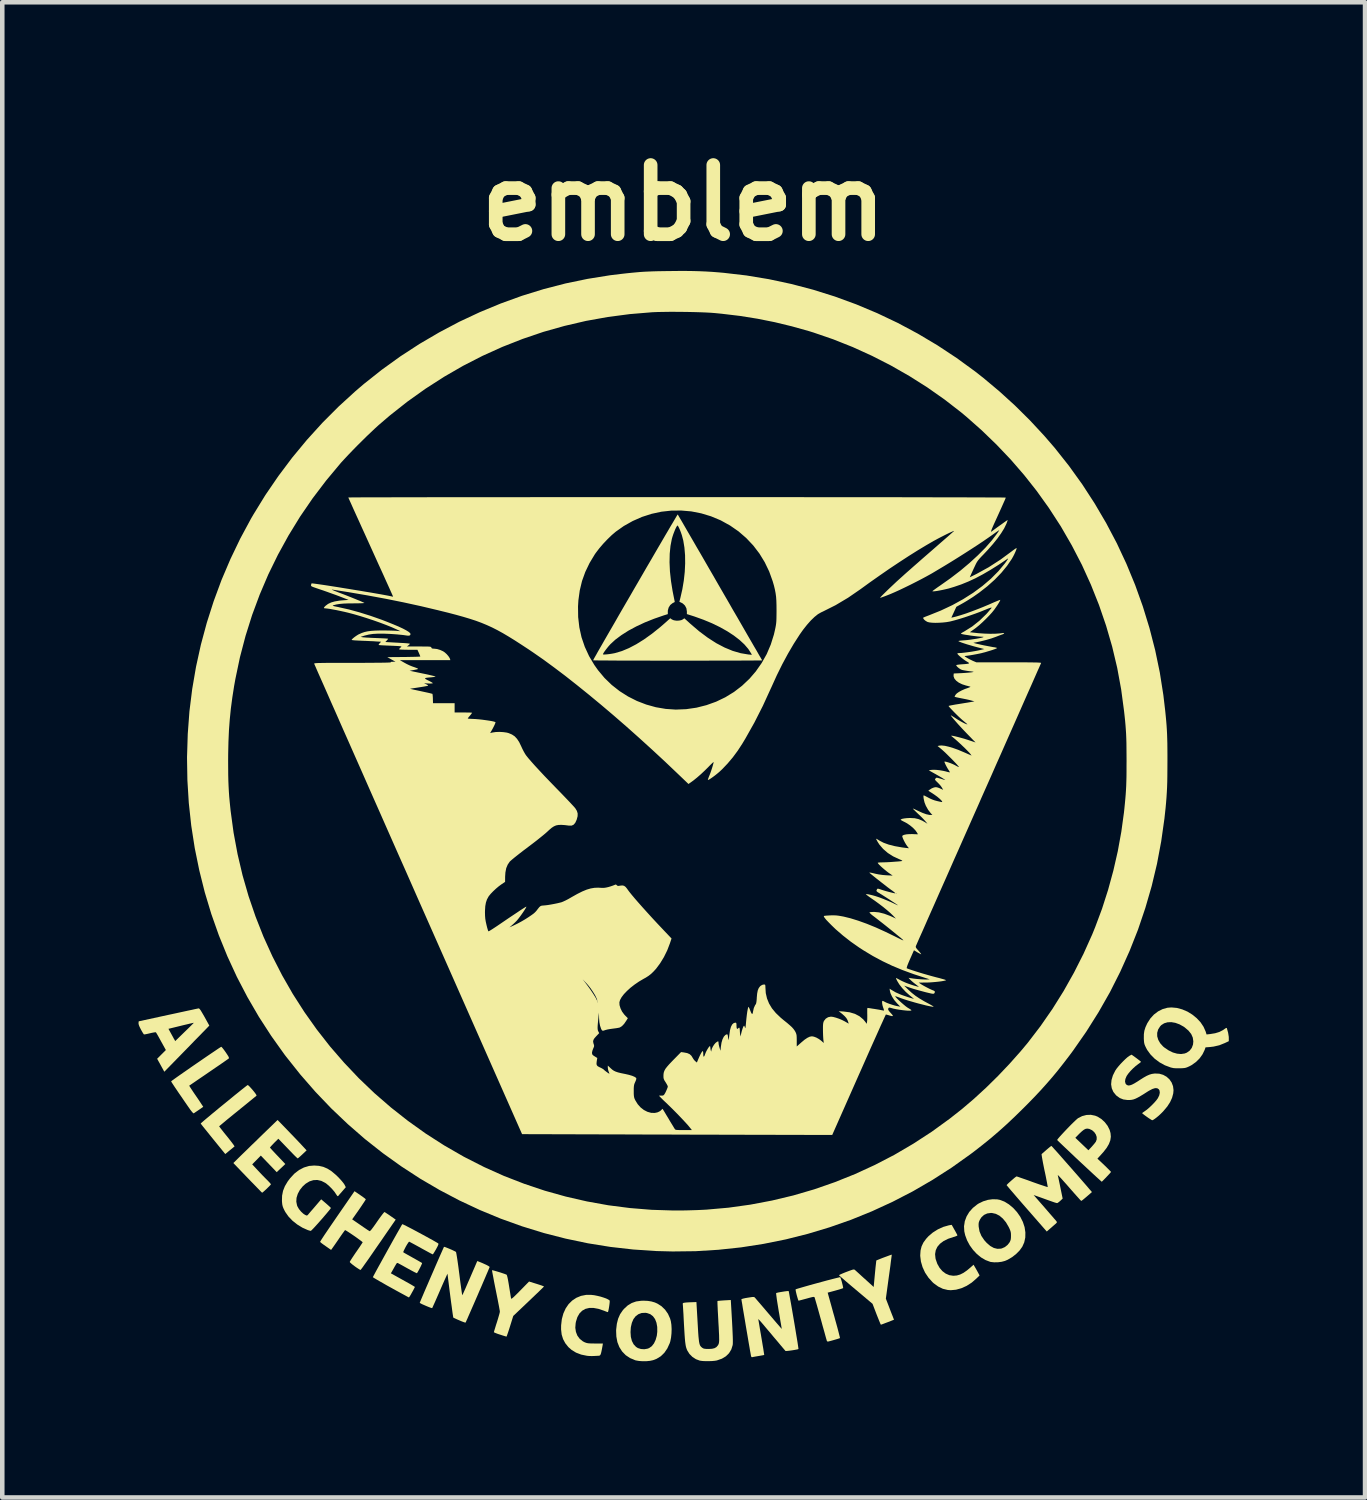
<source format=kicad_pcb>
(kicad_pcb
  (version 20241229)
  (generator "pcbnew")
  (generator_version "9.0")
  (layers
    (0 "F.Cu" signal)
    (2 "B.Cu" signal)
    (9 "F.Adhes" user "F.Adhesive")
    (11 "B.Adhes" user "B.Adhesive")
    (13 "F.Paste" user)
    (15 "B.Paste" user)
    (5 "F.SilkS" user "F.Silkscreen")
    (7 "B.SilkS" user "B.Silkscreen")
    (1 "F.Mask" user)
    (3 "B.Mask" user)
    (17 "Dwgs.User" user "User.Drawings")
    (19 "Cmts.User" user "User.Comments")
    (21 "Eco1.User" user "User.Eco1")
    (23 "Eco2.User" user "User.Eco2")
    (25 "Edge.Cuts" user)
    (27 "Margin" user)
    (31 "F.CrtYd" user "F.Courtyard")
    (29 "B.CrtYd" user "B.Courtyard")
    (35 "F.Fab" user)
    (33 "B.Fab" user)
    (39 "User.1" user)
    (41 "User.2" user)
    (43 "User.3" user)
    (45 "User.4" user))
  (footprint "emblem"
    (layer "F.Cu")
    (at 12.002 14.918)
    (property "Reference" "emblem" (at 0 -13.5 0) (layer "F.SilkS") (effects (font (size 1.524 1.524) (thickness 0.3))))
    (attr board_only exclude_from_pos_files exclude_from_bom)
    (fp_poly (pts (xy 5.964 9.11) (xy 5.99 9.156) (xy 6.011 9.195) (xy 6.025 9.222) (xy 6.029 9.231) (xy 6.02 9.241) (xy 5.992 9.253) (xy 5.951 9.267) (xy 5.944 9.268) (xy 5.824 9.308) (xy 5.724 9.358) (xy 5.645 9.417) (xy 5.587 9.485) (xy 5.551 9.562) (xy 5.537 9.646) (xy 5.546 9.738) (xy 5.551 9.759) (xy 5.586 9.86) (xy 5.636 9.948) (xy 5.698 10.02) (xy 5.77 10.074) (xy 5.85 10.109) (xy 5.936 10.122) (xy 5.942 10.122) (xy 6.016 10.116) (xy 6.088 10.095) (xy 6.162 10.058) (xy 6.241 10.003) (xy 6.316 9.94) (xy 6.384 9.879) (xy 6.407 9.918) (xy 6.425 9.949) (xy 6.449 9.991) (xy 6.474 10.036) (xy 6.517 10.115) (xy 6.448 10.182) (xy 6.343 10.273) (xy 6.231 10.345) (xy 6.115 10.397) (xy 5.998 10.429) (xy 5.883 10.44) (xy 5.816 10.435) (xy 5.708 10.409) (xy 5.605 10.359) (xy 5.506 10.287) (xy 5.481 10.264) (xy 5.391 10.164) (xy 5.316 10.052) (xy 5.261 9.932) (xy 5.225 9.809) (xy 5.21 9.685) (xy 5.21 9.669) (xy 5.217 9.565) (xy 5.24 9.474) (xy 5.28 9.39) (xy 5.34 9.308) (xy 5.389 9.254) (xy 5.486 9.171) (xy 5.597 9.101) (xy 5.715 9.047) (xy 5.834 9.013) (xy 5.854 9.009) (xy 5.903 9.001)) (stroke (width 0) (type solid)) (fill yes) (layer "F.SilkS"))
    (fp_poly (pts (xy -9.586 5.929) (xy -9.562 5.951) (xy -9.532 5.983) (xy -9.498 6.021) (xy -9.465 6.061) (xy -9.435 6.099) (xy -9.414 6.13) (xy -9.403 6.15) (xy -9.403 6.154) (xy -9.413 6.164) (xy -9.44 6.187) (xy -9.482 6.221) (xy -9.537 6.266) (xy -9.603 6.32) (xy -9.678 6.381) (xy -9.76 6.447) (xy -9.817 6.494) (xy -9.903 6.563) (xy -9.982 6.628) (xy -10.054 6.686) (xy -10.115 6.737) (xy -10.165 6.779) (xy -10.201 6.809) (xy -10.222 6.827) (xy -10.226 6.832) (xy -10.219 6.843) (xy -10.199 6.87) (xy -10.168 6.91) (xy -10.128 6.961) (xy -10.081 7.019) (xy -10.053 7.053) (xy -10.004 7.115) (xy -9.961 7.17) (xy -9.926 7.216) (xy -9.902 7.25) (xy -9.889 7.271) (xy -9.888 7.275) (xy -9.901 7.285) (xy -9.927 7.307) (xy -9.964 7.337) (xy -9.995 7.362) (xy -10.092 7.442) (xy -10.361 7.111) (xy -10.423 7.034) (xy -10.48 6.963) (xy -10.531 6.9) (xy -10.574 6.847) (xy -10.606 6.806) (xy -10.626 6.78) (xy -10.633 6.77) (xy -10.625 6.762) (xy -10.599 6.739) (xy -10.56 6.705) (xy -10.508 6.661) (xy -10.445 6.609) (xy -10.374 6.549) (xy -10.296 6.485) (xy -10.214 6.417) (xy -10.129 6.348) (xy -10.044 6.279) (xy -9.961 6.211) (xy -9.882 6.146) (xy -9.808 6.087) (xy -9.743 6.034) (xy -9.687 5.99) (xy -9.643 5.955) (xy -9.613 5.932) (xy -9.599 5.923) (xy -9.598 5.923)) (stroke (width 0) (type solid)) (fill yes) (layer "F.SilkS"))
    (fp_poly (pts (xy -8.713 6.926) (xy -8.647 6.995) (xy -8.581 7.063) (xy -8.519 7.128) (xy -8.463 7.187) (xy -8.419 7.234) (xy -8.394 7.261) (xy -8.301 7.361) (xy -8.395 7.45) (xy -8.434 7.486) (xy -8.467 7.515) (xy -8.49 7.534) (xy -8.498 7.538) (xy -8.508 7.53) (xy -8.533 7.507) (xy -8.57 7.471) (xy -8.616 7.424) (xy -8.669 7.369) (xy -8.715 7.321) (xy -8.923 7.105) (xy -9.017 7.198) (xy -9.054 7.237) (xy -9.084 7.269) (xy -9.103 7.292) (xy -9.108 7.301) (xy -9.099 7.311) (xy -9.076 7.337) (xy -9.042 7.374) (xy -8.998 7.421) (xy -8.948 7.474) (xy -8.937 7.485) (xy -8.77 7.662) (xy -8.959 7.841) (xy -9.309 7.476) (xy -9.404 7.573) (xy -9.499 7.669) (xy -9.378 7.799) (xy -9.326 7.854) (xy -9.271 7.912) (xy -9.219 7.965) (xy -9.176 8.008) (xy -9.172 8.012) (xy -9.136 8.049) (xy -9.107 8.08) (xy -9.09 8.102) (xy -9.087 8.109) (xy -9.095 8.121) (xy -9.117 8.144) (xy -9.147 8.174) (xy -9.182 8.209) (xy -9.218 8.242) (xy -9.249 8.27) (xy -9.272 8.288) (xy -9.281 8.294) (xy -9.29 8.285) (xy -9.314 8.262) (xy -9.35 8.224) (xy -9.398 8.175) (xy -9.455 8.116) (xy -9.52 8.05) (xy -9.59 7.977) (xy -9.6 7.967) (xy -9.914 7.64) (xy -9.762 7.49) (xy -9.717 7.446) (xy -9.658 7.389) (xy -9.588 7.321) (xy -9.511 7.245) (xy -9.428 7.166) (xy -9.345 7.084) (xy -9.275 7.016) (xy -8.94 6.692)) (stroke (width 0) (type solid)) (fill yes) (layer "F.SilkS"))
    (fp_poly (pts (xy 4.582 9.669) (xy 4.578 9.702) (xy 4.571 9.754) (xy 4.562 9.822) (xy 4.552 9.905) (xy 4.539 9.998) (xy 4.525 10.1) (xy 4.519 10.142) (xy 4.453 10.626) (xy 4.52 10.8) (xy 4.545 10.866) (xy 4.569 10.928) (xy 4.59 10.982) (xy 4.606 11.021) (xy 4.61 11.032) (xy 4.632 11.09) (xy 4.492 11.145) (xy 4.438 11.165) (xy 4.392 11.183) (xy 4.359 11.195) (xy 4.344 11.199) (xy 4.344 11.2) (xy 4.337 11.189) (xy 4.324 11.159) (xy 4.305 11.113) (xy 4.282 11.055) (xy 4.255 10.988) (xy 4.248 10.97) (xy 4.16 10.74) (xy 3.791 10.429) (xy 3.71 10.361) (xy 3.636 10.298) (xy 3.569 10.241) (xy 3.513 10.192) (xy 3.468 10.153) (xy 3.437 10.125) (xy 3.422 10.111) (xy 3.421 10.109) (xy 3.432 10.102) (xy 3.461 10.088) (xy 3.505 10.069) (xy 3.559 10.047) (xy 3.585 10.037) (xy 3.649 10.013) (xy 3.694 9.997) (xy 3.725 9.987) (xy 3.745 9.984) (xy 3.759 9.986) (xy 3.77 9.992) (xy 3.774 9.996) (xy 3.79 10.01) (xy 3.821 10.038) (xy 3.863 10.076) (xy 3.914 10.123) (xy 3.971 10.175) (xy 3.992 10.193) (xy 4.185 10.369) (xy 4.212 10.079) (xy 4.22 9.998) (xy 4.227 9.926) (xy 4.234 9.865) (xy 4.239 9.82) (xy 4.242 9.792) (xy 4.243 9.786) (xy 4.255 9.78) (xy 4.285 9.768) (xy 4.327 9.751) (xy 4.377 9.731) (xy 4.431 9.711) (xy 4.483 9.692) (xy 4.528 9.675) (xy 4.562 9.663) (xy 4.581 9.657) (xy 4.583 9.657)) (stroke (width 0) (type solid)) (fill yes) (layer "F.SilkS"))
    (fp_poly (pts (xy -1.971 10.55) (xy -1.901 10.564) (xy -1.83 10.581) (xy -1.763 10.602) (xy -1.704 10.623) (xy -1.659 10.645) (xy -1.632 10.664) (xy -1.628 10.669) (xy -1.627 10.685) (xy -1.629 10.718) (xy -1.634 10.76) (xy -1.641 10.808) (xy -1.649 10.854) (xy -1.657 10.892) (xy -1.664 10.917) (xy -1.668 10.923) (xy -1.683 10.919) (xy -1.713 10.908) (xy -1.752 10.892) (xy -1.753 10.892) (xy -1.873 10.851) (xy -1.981 10.831) (xy -2.078 10.831) (xy -2.162 10.851) (xy -2.234 10.892) (xy -2.293 10.952) (xy -2.339 11.032) (xy -2.37 11.131) (xy -2.377 11.167) (xy -2.385 11.267) (xy -2.371 11.359) (xy -2.339 11.441) (xy -2.288 11.51) (xy -2.22 11.565) (xy -2.182 11.585) (xy -2.154 11.596) (xy -2.128 11.604) (xy -2.096 11.609) (xy -2.056 11.612) (xy -2 11.613) (xy -1.948 11.614) (xy -1.777 11.614) (xy -1.784 11.656) (xy -1.798 11.734) (xy -1.81 11.792) (xy -1.82 11.833) (xy -1.83 11.859) (xy -1.841 11.874) (xy -1.854 11.881) (xy -1.872 11.883) (xy -1.88 11.884) (xy -1.905 11.885) (xy -1.945 11.887) (xy -1.976 11.889) (xy -2.028 11.89) (xy -2.088 11.888) (xy -2.128 11.884) (xy -2.255 11.858) (xy -2.37 11.814) (xy -2.47 11.752) (xy -2.537 11.693) (xy -2.605 11.608) (xy -2.654 11.517) (xy -2.685 11.417) (xy -2.698 11.303) (xy -2.697 11.212) (xy -2.681 11.075) (xy -2.647 10.951) (xy -2.597 10.841) (xy -2.532 10.746) (xy -2.453 10.668) (xy -2.361 10.607) (xy -2.259 10.565) (xy -2.146 10.543) (xy -2.036 10.543)) (stroke (width 0) (type solid)) (fill yes) (layer "F.SilkS"))
    (fp_poly (pts (xy -0.791 10.675) (xy -0.709 10.688) (xy -0.634 10.71) (xy -0.578 10.735) (xy -0.488 10.792) (xy -0.409 10.868) (xy -0.345 10.959) (xy -0.298 11.063) (xy -0.281 11.123) (xy -0.269 11.202) (xy -0.264 11.295) (xy -0.267 11.392) (xy -0.277 11.486) (xy -0.294 11.57) (xy -0.306 11.607) (xy -0.359 11.723) (xy -0.424 11.818) (xy -0.502 11.894) (xy -0.595 11.951) (xy -0.673 11.981) (xy -0.738 11.995) (xy -0.818 12.003) (xy -0.902 12.004) (xy -0.983 11.998) (xy -1.052 11.986) (xy -1.069 11.981) (xy -1.18 11.934) (xy -1.276 11.87) (xy -1.354 11.789) (xy -1.415 11.693) (xy -1.458 11.584) (xy -1.481 11.461) (xy -1.485 11.362) (xy -1.169 11.362) (xy -1.162 11.467) (xy -1.139 11.557) (xy -1.101 11.631) (xy -1.049 11.687) (xy -1.007 11.714) (xy -0.939 11.735) (xy -0.865 11.74) (xy -0.792 11.727) (xy -0.759 11.714) (xy -0.701 11.673) (xy -0.653 11.612) (xy -0.616 11.534) (xy -0.59 11.442) (xy -0.58 11.356) (xy -0.581 11.249) (xy -0.598 11.155) (xy -0.629 11.076) (xy -0.675 11.013) (xy -0.734 10.968) (xy -0.806 10.943) (xy -0.842 10.938) (xy -0.924 10.942) (xy -0.995 10.968) (xy -1.056 11.013) (xy -1.105 11.077) (xy -1.14 11.159) (xy -1.162 11.256) (xy -1.169 11.362) (xy -1.485 11.362) (xy -1.486 11.327) (xy -1.485 11.308) (xy -1.47 11.179) (xy -1.442 11.068) (xy -1.399 10.97) (xy -1.34 10.883) (xy -1.311 10.85) (xy -1.23 10.775) (xy -1.142 10.722) (xy -1.046 10.688) (xy -0.936 10.673) (xy -0.888 10.671)) (stroke (width 0) (type solid)) (fill yes) (layer "F.SilkS"))
    (fp_poly (pts (xy -10.668 4.238) (xy -10.654 4.251) (xy -10.635 4.276) (xy -10.61 4.317) (xy -10.576 4.375) (xy -10.549 4.422) (xy -10.443 4.614) (xy -10.56 4.735) (xy -10.594 4.769) (xy -10.642 4.819) (xy -10.702 4.88) (xy -10.772 4.951) (xy -10.848 5.03) (xy -10.929 5.113) (xy -11.012 5.198) (xy -11.056 5.243) (xy -11.434 5.63) (xy -11.513 5.487) (xy -11.592 5.344) (xy -11.4 5.152) (xy -11.505 4.962) (xy -11.539 4.9) (xy -11.569 4.846) (xy -11.594 4.802) (xy -11.612 4.773) (xy -11.619 4.762) (xy -11.634 4.761) (xy -11.666 4.765) (xy -11.712 4.774) (xy -11.751 4.783) (xy -11.802 4.795) (xy -11.845 4.804) (xy -11.874 4.808) (xy -11.883 4.808) (xy -11.893 4.795) (xy -11.912 4.766) (xy -11.935 4.726) (xy -11.95 4.699) (xy -11.957 4.685) (xy -11.343 4.685) (xy -11.293 4.776) (xy -11.266 4.825) (xy -11.241 4.87) (xy -11.222 4.906) (xy -11.218 4.911) (xy -11.194 4.955) (xy -10.989 4.755) (xy -10.931 4.699) (xy -10.88 4.649) (xy -10.838 4.607) (xy -10.807 4.576) (xy -10.789 4.557) (xy -10.785 4.552) (xy -10.797 4.554) (xy -10.829 4.561) (xy -10.878 4.572) (xy -10.94 4.587) (xy -11.013 4.604) (xy -11.065 4.617) (xy -11.343 4.685) (xy -11.957 4.685) (xy -11.979 4.641) (xy -11.996 4.598) (xy -12.002 4.566) (xy -12.002 4.558) (xy -11.998 4.52) (xy -11.35 4.379) (xy -11.228 4.353) (xy -11.113 4.328) (xy -11.007 4.305) (xy -10.911 4.284) (xy -10.829 4.267) (xy -10.763 4.252) (xy -10.714 4.242) (xy -10.686 4.236) (xy -10.679 4.235)) (stroke (width 0) (type solid)) (fill yes) (layer "F.SilkS"))
    (fp_poly (pts (xy -10.17 5.088) (xy -10.149 5.112) (xy -10.12 5.149) (xy -10.087 5.195) (xy -10.084 5.199) (xy -10.048 5.253) (xy -10.024 5.291) (xy -10.013 5.316) (xy -10.011 5.331) (xy -10.014 5.337) (xy -10.027 5.347) (xy -10.057 5.368) (xy -10.104 5.401) (xy -10.163 5.442) (xy -10.234 5.491) (xy -10.315 5.546) (xy -10.402 5.606) (xy -10.455 5.642) (xy -10.545 5.704) (xy -10.629 5.761) (xy -10.704 5.812) (xy -10.769 5.857) (xy -10.822 5.893) (xy -10.86 5.919) (xy -10.882 5.934) (xy -10.886 5.937) (xy -10.88 5.947) (xy -10.863 5.975) (xy -10.836 6.016) (xy -10.801 6.069) (xy -10.759 6.131) (xy -10.732 6.17) (xy -10.687 6.236) (xy -10.648 6.294) (xy -10.616 6.343) (xy -10.592 6.379) (xy -10.579 6.399) (xy -10.578 6.403) (xy -10.615 6.429) (xy -10.658 6.459) (xy -10.702 6.489) (xy -10.741 6.515) (xy -10.771 6.536) (xy -10.787 6.546) (xy -10.788 6.546) (xy -10.8 6.54) (xy -10.824 6.514) (xy -10.859 6.47) (xy -10.902 6.408) (xy -10.903 6.407) (xy -10.986 6.287) (xy -11.056 6.184) (xy -11.115 6.099) (xy -11.163 6.028) (xy -11.201 5.972) (xy -11.23 5.928) (xy -11.252 5.894) (xy -11.268 5.87) (xy -11.277 5.854) (xy -11.282 5.845) (xy -11.283 5.84) (xy -11.273 5.832) (xy -11.246 5.812) (xy -11.203 5.781) (xy -11.147 5.741) (xy -11.08 5.694) (xy -11.004 5.641) (xy -10.92 5.583) (xy -10.833 5.522) (xy -10.743 5.46) (xy -10.652 5.398) (xy -10.564 5.337) (xy -10.479 5.279) (xy -10.401 5.226) (xy -10.331 5.179) (xy -10.272 5.139) (xy -10.226 5.108) (xy -10.194 5.088) (xy -10.18 5.08) (xy -10.18 5.08)) (stroke (width 0) (type solid)) (fill yes) (layer "F.SilkS"))
    (fp_poly (pts (xy 6.905 8.44) (xy 6.963 8.451) (xy 7.063 8.489) (xy 7.161 8.549) (xy 7.255 8.627) (xy 7.341 8.721) (xy 7.413 8.824) (xy 7.47 8.937) (xy 7.508 9.052) (xy 7.525 9.168) (xy 7.523 9.28) (xy 7.5 9.387) (xy 7.457 9.483) (xy 7.399 9.564) (xy 7.322 9.642) (xy 7.234 9.711) (xy 7.138 9.768) (xy 7.076 9.795) (xy 7.004 9.814) (xy 6.92 9.825) (xy 6.836 9.826) (xy 6.762 9.818) (xy 6.75 9.815) (xy 6.649 9.777) (xy 6.55 9.719) (xy 6.457 9.643) (xy 6.373 9.553) (xy 6.3 9.452) (xy 6.241 9.342) (xy 6.199 9.228) (xy 6.18 9.143) (xy 6.174 9.031) (xy 6.182 8.984) (xy 6.495 8.984) (xy 6.496 9.03) (xy 6.497 9.042) (xy 6.515 9.145) (xy 6.556 9.244) (xy 6.621 9.34) (xy 6.675 9.4) (xy 6.753 9.467) (xy 6.831 9.51) (xy 6.909 9.529) (xy 6.987 9.525) (xy 7.009 9.519) (xy 7.074 9.49) (xy 7.133 9.443) (xy 7.176 9.388) (xy 7.193 9.354) (xy 7.203 9.322) (xy 7.207 9.283) (xy 7.208 9.241) (xy 7.207 9.195) (xy 7.202 9.158) (xy 7.191 9.123) (xy 7.173 9.08) (xy 7.158 9.049) (xy 7.098 8.946) (xy 7.029 8.863) (xy 6.955 8.8) (xy 6.875 8.759) (xy 6.791 8.74) (xy 6.765 8.739) (xy 6.685 8.75) (xy 6.615 8.782) (xy 6.558 8.834) (xy 6.526 8.883) (xy 6.509 8.919) (xy 6.499 8.95) (xy 6.495 8.984) (xy 6.182 8.984) (xy 6.191 8.922) (xy 6.23 8.817) (xy 6.289 8.718) (xy 6.368 8.629) (xy 6.464 8.552) (xy 6.5 8.529) (xy 6.596 8.483) (xy 6.699 8.451) (xy 6.804 8.437)) (stroke (width 0) (type solid)) (fill yes) (layer "F.SilkS"))
    (fp_poly (pts (xy -4.205 10.001) (xy -4.175 10.009) (xy -4.131 10.021) (xy -4.081 10.036) (xy -4.028 10.052) (xy -3.978 10.069) (xy -3.936 10.083) (xy -3.907 10.095) (xy -3.896 10.1) (xy -3.889 10.117) (xy -3.879 10.154) (xy -3.867 10.211) (xy -3.854 10.285) (xy -3.842 10.359) (xy -3.83 10.434) (xy -3.819 10.502) (xy -3.81 10.559) (xy -3.803 10.601) (xy -3.798 10.624) (xy -3.798 10.626) (xy -3.791 10.628) (xy -3.776 10.619) (xy -3.749 10.597) (xy -3.711 10.561) (xy -3.658 10.509) (xy -3.597 10.447) (xy -3.403 10.249) (xy -3.238 10.3) (xy -3.179 10.319) (xy -3.13 10.335) (xy -3.094 10.349) (xy -3.076 10.357) (xy -3.074 10.358) (xy -3.083 10.368) (xy -3.107 10.392) (xy -3.145 10.429) (xy -3.194 10.477) (xy -3.254 10.534) (xy -3.322 10.599) (xy -3.395 10.669) (xy -3.413 10.686) (xy -3.751 11.007) (xy -3.822 11.235) (xy -3.844 11.305) (xy -3.864 11.366) (xy -3.881 11.414) (xy -3.893 11.448) (xy -3.9 11.462) (xy -3.9 11.462) (xy -3.914 11.458) (xy -3.945 11.449) (xy -3.99 11.435) (xy -4.042 11.418) (xy -4.095 11.401) (xy -4.138 11.384) (xy -4.167 11.372) (xy -4.177 11.364) (xy -4.174 11.35) (xy -4.164 11.316) (xy -4.149 11.267) (xy -4.131 11.207) (xy -4.111 11.146) (xy -4.09 11.078) (xy -4.072 11.016) (xy -4.057 10.964) (xy -4.048 10.927) (xy -4.046 10.91) (xy -4.048 10.892) (xy -4.055 10.854) (xy -4.065 10.797) (xy -4.079 10.725) (xy -4.095 10.641) (xy -4.114 10.548) (xy -4.134 10.447) (xy -4.135 10.443) (xy -4.155 10.344) (xy -4.173 10.253) (xy -4.188 10.171) (xy -4.201 10.103) (xy -4.211 10.05) (xy -4.217 10.015) (xy -4.218 10) (xy -4.218 10)) (stroke (width 0) (type solid)) (fill yes) (layer "F.SilkS"))
    (fp_poly (pts (xy 9.06 6.597) (xy 9.115 6.619) (xy 9.2 6.672) (xy 9.274 6.741) (xy 9.336 6.822) (xy 9.38 6.91) (xy 9.4 6.981) (xy 9.407 7.061) (xy 9.395 7.141) (xy 9.364 7.222) (xy 9.314 7.307) (xy 9.243 7.398) (xy 9.217 7.427) (xy 9.111 7.544) (xy 9.162 7.591) (xy 9.21 7.636) (xy 9.259 7.683) (xy 9.306 7.728) (xy 9.347 7.769) (xy 9.381 7.803) (xy 9.403 7.826) (xy 9.411 7.836) (xy 9.403 7.846) (xy 9.383 7.87) (xy 9.353 7.902) (xy 9.318 7.939) (xy 9.283 7.976) (xy 9.25 8.01) (xy 9.224 8.036) (xy 9.209 8.05) (xy 9.207 8.051) (xy 9.197 8.044) (xy 9.172 8.021) (xy 9.132 7.985) (xy 9.079 7.937) (xy 9.016 7.879) (xy 8.943 7.811) (xy 8.862 7.736) (xy 8.774 7.654) (xy 8.715 7.599) (xy 8.624 7.514) (xy 8.539 7.433) (xy 8.461 7.359) (xy 8.391 7.293) (xy 8.331 7.236) (xy 8.283 7.19) (xy 8.249 7.157) (xy 8.229 7.137) (xy 8.225 7.132) (xy 8.232 7.12) (xy 8.253 7.093) (xy 8.261 7.084) (xy 8.625 7.084) (xy 8.913 7.359) (xy 8.983 7.284) (xy 9.018 7.244) (xy 9.05 7.206) (xy 9.072 7.177) (xy 9.076 7.172) (xy 9.095 7.121) (xy 9.095 7.065) (xy 9.076 7.01) (xy 9.042 6.96) (xy 8.994 6.918) (xy 8.935 6.89) (xy 8.933 6.889) (xy 8.893 6.882) (xy 8.855 6.886) (xy 8.816 6.905) (xy 8.772 6.939) (xy 8.717 6.99) (xy 8.714 6.993) (xy 8.625 7.084) (xy 8.261 7.084) (xy 8.286 7.055) (xy 8.328 7.009) (xy 8.377 6.956) (xy 8.43 6.9) (xy 8.484 6.844) (xy 8.537 6.79) (xy 8.587 6.741) (xy 8.63 6.7) (xy 8.663 6.67) (xy 8.685 6.652) (xy 8.774 6.607) (xy 8.869 6.582) (xy 8.966 6.578)) (stroke (width 0) (type solid)) (fill yes) (layer "F.SilkS"))
    (fp_poly (pts (xy 3.456 10.17) (xy 3.467 10.202) (xy 3.48 10.244) (xy 3.492 10.291) (xy 3.503 10.335) (xy 3.51 10.37) (xy 3.513 10.391) (xy 3.512 10.394) (xy 3.499 10.4) (xy 3.467 10.411) (xy 3.42 10.426) (xy 3.363 10.442) (xy 3.339 10.449) (xy 3.172 10.494) (xy 3.199 10.592) (xy 3.209 10.627) (xy 3.224 10.682) (xy 3.244 10.753) (xy 3.267 10.836) (xy 3.292 10.928) (xy 3.32 11.025) (xy 3.337 11.089) (xy 3.363 11.182) (xy 3.387 11.269) (xy 3.407 11.345) (xy 3.423 11.408) (xy 3.435 11.456) (xy 3.442 11.485) (xy 3.442 11.494) (xy 3.429 11.5) (xy 3.398 11.51) (xy 3.355 11.523) (xy 3.307 11.537) (xy 3.258 11.551) (xy 3.216 11.562) (xy 3.185 11.57) (xy 3.173 11.572) (xy 3.158 11.562) (xy 3.152 11.551) (xy 3.148 11.535) (xy 3.137 11.498) (xy 3.122 11.444) (xy 3.103 11.374) (xy 3.08 11.292) (xy 3.054 11.2) (xy 3.027 11.1) (xy 3.019 11.073) (xy 2.991 10.972) (xy 2.965 10.878) (xy 2.941 10.793) (xy 2.92 10.72) (xy 2.903 10.662) (xy 2.891 10.621) (xy 2.884 10.6) (xy 2.884 10.598) (xy 2.878 10.591) (xy 2.867 10.588) (xy 2.847 10.589) (xy 2.814 10.596) (xy 2.764 10.609) (xy 2.707 10.625) (xy 2.647 10.641) (xy 2.595 10.655) (xy 2.556 10.665) (xy 2.535 10.671) (xy 2.532 10.671) (xy 2.525 10.661) (xy 2.515 10.632) (xy 2.503 10.592) (xy 2.49 10.546) (xy 2.479 10.5) (xy 2.47 10.46) (xy 2.466 10.432) (xy 2.466 10.422) (xy 2.48 10.416) (xy 2.514 10.405) (xy 2.565 10.39) (xy 2.63 10.371) (xy 2.707 10.349) (xy 2.791 10.325) (xy 2.882 10.3) (xy 2.974 10.275) (xy 3.066 10.25) (xy 3.154 10.226) (xy 3.236 10.205) (xy 3.309 10.186) (xy 3.369 10.171) (xy 3.415 10.16) (xy 3.442 10.154) (xy 3.448 10.154)) (stroke (width 0) (type solid)) (fill yes) (layer "F.SilkS"))
    (fp_poly (pts (xy -8.03 7.702) (xy -7.934 7.724) (xy -7.843 7.763) (xy -7.753 7.82) (xy -7.66 7.898) (xy -7.616 7.94) (xy -7.569 7.989) (xy -7.526 8.037) (xy -7.492 8.079) (xy -7.469 8.112) (xy -7.467 8.116) (xy -7.438 8.172) (xy -7.514 8.26) (xy -7.549 8.3) (xy -7.579 8.334) (xy -7.599 8.358) (xy -7.605 8.365) (xy -7.616 8.37) (xy -7.629 8.36) (xy -7.648 8.332) (xy -7.65 8.329) (xy -7.69 8.27) (xy -7.744 8.207) (xy -7.804 8.147) (xy -7.863 8.096) (xy -7.89 8.077) (xy -7.977 8.033) (xy -8.065 8.013) (xy -8.152 8.017) (xy -8.238 8.044) (xy -8.32 8.094) (xy -8.385 8.152) (xy -8.45 8.233) (xy -8.496 8.319) (xy -8.523 8.406) (xy -8.528 8.491) (xy -8.512 8.572) (xy -8.502 8.597) (xy -8.469 8.654) (xy -8.423 8.71) (xy -8.372 8.757) (xy -8.337 8.78) (xy -8.308 8.794) (xy -8.291 8.795) (xy -8.278 8.786) (xy -8.265 8.772) (xy -8.24 8.742) (xy -8.205 8.701) (xy -8.162 8.652) (xy -8.121 8.604) (xy -7.98 8.439) (xy -7.873 8.53) (xy -7.831 8.567) (xy -7.797 8.598) (xy -7.774 8.62) (xy -7.766 8.63) (xy -7.774 8.643) (xy -7.795 8.671) (xy -7.828 8.711) (xy -7.869 8.76) (xy -7.916 8.815) (xy -7.966 8.873) (xy -8.018 8.932) (xy -8.068 8.988) (xy -8.114 9.039) (xy -8.154 9.082) (xy -8.185 9.113) (xy -8.204 9.131) (xy -8.209 9.134) (xy -8.233 9.129) (xy -8.266 9.119) (xy -8.271 9.118) (xy -8.394 9.063) (xy -8.509 8.992) (xy -8.612 8.91) (xy -8.7 8.818) (xy -8.769 8.72) (xy -8.788 8.685) (xy -8.813 8.633) (xy -8.828 8.592) (xy -8.837 8.552) (xy -8.842 8.503) (xy -8.844 8.472) (xy -8.841 8.359) (xy -8.82 8.252) (xy -8.779 8.149) (xy -8.717 8.045) (xy -8.665 7.976) (xy -8.57 7.873) (xy -8.468 7.794) (xy -8.36 7.738) (xy -8.246 7.704) (xy -8.134 7.695)) (stroke (width 0) (type solid)) (fill yes) (layer "F.SilkS"))
    (fp_poly (pts (xy 10.861 4.225) (xy 10.979 4.257) (xy 11.094 4.306) (xy 11.201 4.372) (xy 11.298 4.451) (xy 11.382 4.541) (xy 11.448 4.64) (xy 11.495 4.746) (xy 11.499 4.76) (xy 11.514 4.809) (xy 11.595 4.8) (xy 11.704 4.782) (xy 11.796 4.754) (xy 11.877 4.712) (xy 11.917 4.684) (xy 11.943 4.667) (xy 11.957 4.665) (xy 11.961 4.671) (xy 11.989 4.771) (xy 12.003 4.858) (xy 12.004 4.887) (xy 12.004 4.957) (xy 11.917 4.998) (xy 11.795 5.047) (xy 11.669 5.076) (xy 11.586 5.086) (xy 11.492 5.093) (xy 11.472 5.15) (xy 11.426 5.245) (xy 11.361 5.336) (xy 11.28 5.416) (xy 11.188 5.482) (xy 11.14 5.508) (xy 11.096 5.528) (xy 11.061 5.541) (xy 11.027 5.548) (xy 10.984 5.552) (xy 10.925 5.554) (xy 10.923 5.554) (xy 10.848 5.554) (xy 10.789 5.55) (xy 10.738 5.539) (xy 10.723 5.535) (xy 10.597 5.488) (xy 10.479 5.423) (xy 10.372 5.343) (xy 10.281 5.251) (xy 10.208 5.151) (xy 10.183 5.105) (xy 10.161 5.059) (xy 10.147 5.022) (xy 10.139 4.984) (xy 10.135 4.937) (xy 10.133 4.898) (xy 10.134 4.806) (xy 10.138 4.774) (xy 10.427 4.774) (xy 10.428 4.851) (xy 10.451 4.928) (xy 10.494 5.003) (xy 10.557 5.073) (xy 10.586 5.097) (xy 10.679 5.16) (xy 10.773 5.206) (xy 10.865 5.232) (xy 10.953 5.24) (xy 11.033 5.228) (xy 11.079 5.21) (xy 11.143 5.165) (xy 11.189 5.104) (xy 11.216 5.031) (xy 11.223 4.961) (xy 11.211 4.878) (xy 11.176 4.799) (xy 11.117 4.725) (xy 11.036 4.656) (xy 11.013 4.639) (xy 10.92 4.587) (xy 10.827 4.553) (xy 10.739 4.538) (xy 10.656 4.541) (xy 10.581 4.563) (xy 10.518 4.603) (xy 10.491 4.632) (xy 10.448 4.7) (xy 10.427 4.774) (xy 10.138 4.774) (xy 10.145 4.727) (xy 10.169 4.65) (xy 10.208 4.565) (xy 10.21 4.561) (xy 10.276 4.458) (xy 10.355 4.371) (xy 10.447 4.301) (xy 10.546 4.251) (xy 10.652 4.221) (xy 10.742 4.214)) (stroke (width 0) (type solid)) (fill yes) (layer "F.SilkS"))
    (fp_poly (pts (xy 1.066 11.123) (xy 1.073 11.257) (xy 1.078 11.368) (xy 1.082 11.459) (xy 1.084 11.531) (xy 1.084 11.585) (xy 1.083 11.624) (xy 1.08 11.649) (xy 1.08 11.649) (xy 1.05 11.745) (xy 1 11.827) (xy 0.931 11.895) (xy 0.843 11.948) (xy 0.737 11.985) (xy 0.736 11.986) (xy 0.689 11.994) (xy 0.625 12) (xy 0.554 12.002) (xy 0.481 12.002) (xy 0.416 11.999) (xy 0.365 11.992) (xy 0.357 11.991) (xy 0.271 11.959) (xy 0.194 11.909) (xy 0.129 11.844) (xy 0.082 11.769) (xy 0.08 11.766) (xy 0.068 11.737) (xy 0.057 11.705) (xy 0.048 11.669) (xy 0.041 11.626) (xy 0.034 11.574) (xy 0.028 11.509) (xy 0.022 11.429) (xy 0.016 11.331) (xy 0.009 11.213) (xy 0.006 11.158) (xy 0.001 11.064) (xy -0.003 10.977) (xy -0.008 10.9) (xy -0.012 10.835) (xy -0.015 10.787) (xy -0.017 10.759) (xy -0.018 10.753) (xy -0.019 10.732) (xy -0.008 10.721) (xy 0.02 10.715) (xy 0.022 10.715) (xy 0.054 10.711) (xy 0.102 10.708) (xy 0.157 10.705) (xy 0.174 10.705) (xy 0.282 10.701) (xy 0.308 11.148) (xy 0.315 11.271) (xy 0.321 11.374) (xy 0.327 11.457) (xy 0.334 11.523) (xy 0.34 11.574) (xy 0.348 11.614) (xy 0.357 11.644) (xy 0.368 11.666) (xy 0.382 11.683) (xy 0.398 11.698) (xy 0.412 11.709) (xy 0.434 11.722) (xy 0.46 11.729) (xy 0.498 11.733) (xy 0.55 11.734) (xy 0.624 11.73) (xy 0.68 11.717) (xy 0.722 11.693) (xy 0.754 11.656) (xy 0.761 11.645) (xy 0.768 11.631) (xy 0.774 11.615) (xy 0.778 11.595) (xy 0.781 11.569) (xy 0.783 11.534) (xy 0.782 11.488) (xy 0.781 11.428) (xy 0.777 11.354) (xy 0.773 11.261) (xy 0.766 11.148) (xy 0.762 11.065) (xy 0.757 10.972) (xy 0.752 10.886) (xy 0.749 10.812) (xy 0.746 10.751) (xy 0.745 10.707) (xy 0.745 10.682) (xy 0.746 10.678) (xy 0.759 10.675) (xy 0.792 10.672) (xy 0.839 10.668) (xy 0.895 10.664) (xy 0.895 10.664) (xy 1.039 10.656)) (stroke (width 0) (type solid)) (fill yes) (layer "F.SilkS"))
    (fp_poly (pts (xy 9.968 5.329) (xy 10.01 5.361) (xy 10.044 5.387) (xy 10.065 5.406) (xy 10.071 5.412) (xy 10.062 5.422) (xy 10.038 5.441) (xy 10.01 5.461) (xy 9.954 5.504) (xy 9.895 5.557) (xy 9.839 5.614) (xy 9.791 5.671) (xy 9.757 5.72) (xy 9.754 5.725) (xy 9.727 5.789) (xy 9.719 5.844) (xy 9.73 5.889) (xy 9.743 5.908) (xy 9.767 5.925) (xy 9.795 5.933) (xy 9.828 5.929) (xy 9.872 5.914) (xy 9.926 5.886) (xy 9.995 5.844) (xy 10.05 5.808) (xy 10.131 5.757) (xy 10.197 5.72) (xy 10.256 5.694) (xy 10.31 5.678) (xy 10.366 5.67) (xy 10.379 5.669) (xy 10.473 5.673) (xy 10.559 5.698) (xy 10.634 5.74) (xy 10.697 5.797) (xy 10.745 5.867) (xy 10.776 5.948) (xy 10.787 6.035) (xy 10.781 6.106) (xy 10.755 6.204) (xy 10.712 6.298) (xy 10.651 6.393) (xy 10.569 6.491) (xy 10.551 6.511) (xy 10.508 6.554) (xy 10.462 6.597) (xy 10.415 6.636) (xy 10.373 6.668) (xy 10.339 6.69) (xy 10.319 6.698) (xy 10.318 6.698) (xy 10.303 6.691) (xy 10.274 6.673) (xy 10.234 6.647) (xy 10.2 6.623) (xy 10.157 6.592) (xy 10.123 6.566) (xy 10.101 6.548) (xy 10.095 6.542) (xy 10.105 6.533) (xy 10.128 6.516) (xy 10.15 6.501) (xy 10.199 6.466) (xy 10.254 6.419) (xy 10.312 6.364) (xy 10.366 6.308) (xy 10.411 6.256) (xy 10.442 6.213) (xy 10.473 6.149) (xy 10.485 6.091) (xy 10.478 6.042) (xy 10.461 6.014) (xy 10.427 5.993) (xy 10.381 5.991) (xy 10.323 6.009) (xy 10.251 6.046) (xy 10.224 6.062) (xy 10.135 6.119) (xy 10.061 6.164) (xy 10.001 6.198) (xy 9.95 6.223) (xy 9.907 6.239) (xy 9.866 6.248) (xy 9.826 6.252) (xy 9.782 6.252) (xy 9.771 6.252) (xy 9.682 6.24) (xy 9.606 6.21) (xy 9.537 6.161) (xy 9.52 6.146) (xy 9.462 6.074) (xy 9.427 5.994) (xy 9.413 5.906) (xy 9.422 5.811) (xy 9.452 5.71) (xy 9.504 5.606) (xy 9.532 5.564) (xy 9.573 5.513) (xy 9.621 5.458) (xy 9.674 5.403) (xy 9.725 5.353) (xy 9.772 5.311) (xy 9.811 5.282) (xy 9.82 5.277) (xy 9.864 5.254)) (stroke (width 0) (type solid)) (fill yes) (layer "F.SilkS"))
    (fp_poly (pts (xy -7.122 8.345) (xy -7.075 8.377) (xy -7.036 8.406) (xy -7.009 8.427) (xy -6.998 8.439) (xy -6.998 8.439) (xy -7.005 8.453) (xy -7.024 8.483) (xy -7.054 8.528) (xy -7.092 8.585) (xy -7.138 8.653) (xy -7.19 8.727) (xy -7.246 8.807) (xy -7.298 8.88) (xy -7.113 9.007) (xy -7.054 9.048) (xy -7.001 9.084) (xy -6.958 9.113) (xy -6.927 9.132) (xy -6.913 9.141) (xy -6.9 9.133) (xy -6.874 9.105) (xy -6.837 9.056) (xy -6.788 8.988) (xy -6.748 8.93) (xy -6.704 8.867) (xy -6.664 8.812) (xy -6.63 8.767) (xy -6.604 8.735) (xy -6.588 8.72) (xy -6.585 8.719) (xy -6.571 8.727) (xy -6.541 8.747) (xy -6.5 8.774) (xy -6.455 8.805) (xy -6.339 8.886) (xy -6.427 9.013) (xy -6.453 9.051) (xy -6.491 9.106) (xy -6.539 9.175) (xy -6.594 9.255) (xy -6.654 9.343) (xy -6.719 9.436) (xy -6.785 9.531) (xy -6.809 9.566) (xy -6.871 9.656) (xy -6.929 9.74) (xy -6.982 9.815) (xy -7.028 9.879) (xy -7.065 9.932) (xy -7.093 9.969) (xy -7.109 9.99) (xy -7.113 9.994) (xy -7.127 9.989) (xy -7.155 9.972) (xy -7.195 9.946) (xy -7.238 9.916) (xy -7.283 9.882) (xy -7.319 9.852) (xy -7.343 9.83) (xy -7.351 9.818) (xy -7.344 9.803) (xy -7.325 9.772) (xy -7.297 9.728) (xy -7.261 9.674) (xy -7.22 9.613) (xy -7.209 9.598) (xy -7.167 9.537) (xy -7.129 9.482) (xy -7.099 9.436) (xy -7.078 9.404) (xy -7.067 9.387) (xy -7.067 9.386) (xy -7.075 9.376) (xy -7.1 9.356) (xy -7.138 9.328) (xy -7.184 9.294) (xy -7.236 9.257) (xy -7.29 9.22) (xy -7.342 9.185) (xy -7.388 9.155) (xy -7.424 9.132) (xy -7.448 9.119) (xy -7.454 9.117) (xy -7.464 9.128) (xy -7.484 9.156) (xy -7.514 9.197) (xy -7.55 9.249) (xy -7.591 9.308) (xy -7.593 9.312) (xy -7.635 9.373) (xy -7.673 9.428) (xy -7.706 9.475) (xy -7.73 9.509) (xy -7.743 9.527) (xy -7.743 9.527) (xy -7.762 9.553) (xy -7.881 9.47) (xy -7.928 9.437) (xy -7.966 9.409) (xy -7.993 9.387) (xy -8.004 9.376) (xy -8.004 9.376) (xy -7.998 9.364) (xy -7.98 9.334) (xy -7.95 9.288) (xy -7.911 9.228) (xy -7.862 9.156) (xy -7.806 9.073) (xy -7.743 8.981) (xy -7.675 8.882) (xy -7.627 8.812) (xy -7.246 8.26)) (stroke (width 0) (type solid)) (fill yes) (layer "F.SilkS"))
    (fp_poly (pts (xy 8.107 7.272) (xy 8.131 7.297) (xy 8.166 7.337) (xy 8.213 7.388) (xy 8.268 7.45) (xy 8.33 7.521) (xy 8.398 7.598) (xy 8.47 7.68) (xy 8.545 7.765) (xy 8.619 7.85) (xy 8.693 7.934) (xy 8.764 8.016) (xy 8.83 8.092) (xy 8.89 8.161) (xy 8.941 8.222) (xy 8.946 8.227) (xy 8.991 8.279) (xy 8.878 8.377) (xy 8.834 8.414) (xy 8.797 8.445) (xy 8.769 8.466) (xy 8.755 8.474) (xy 8.755 8.474) (xy 8.745 8.465) (xy 8.721 8.44) (xy 8.686 8.401) (xy 8.64 8.35) (xy 8.587 8.29) (xy 8.527 8.222) (xy 8.488 8.177) (xy 8.427 8.107) (xy 8.371 8.045) (xy 8.323 7.991) (xy 8.284 7.949) (xy 8.256 7.92) (xy 8.241 7.905) (xy 8.238 7.905) (xy 8.242 7.924) (xy 8.251 7.962) (xy 8.262 8.015) (xy 8.276 8.081) (xy 8.291 8.155) (xy 8.295 8.176) (xy 8.346 8.423) (xy 8.293 8.473) (xy 8.262 8.499) (xy 8.237 8.517) (xy 8.225 8.522) (xy 8.207 8.519) (xy 8.172 8.509) (xy 8.128 8.494) (xy 8.111 8.488) (xy 8.06 8.47) (xy 7.995 8.447) (xy 7.924 8.421) (xy 7.86 8.398) (xy 7.707 8.344) (xy 7.95 8.622) (xy 8.011 8.693) (xy 8.067 8.758) (xy 8.118 8.816) (xy 8.159 8.864) (xy 8.19 8.899) (xy 8.207 8.92) (xy 8.21 8.924) (xy 8.219 8.939) (xy 8.216 8.952) (xy 8.198 8.972) (xy 8.185 8.983) (xy 8.154 9.01) (xy 8.114 9.045) (xy 8.072 9.082) (xy 8.069 9.084) (xy 7.996 9.148) (xy 7.554 8.642) (xy 7.472 8.548) (xy 7.395 8.459) (xy 7.324 8.377) (xy 7.262 8.304) (xy 7.208 8.242) (xy 7.165 8.191) (xy 7.134 8.154) (xy 7.116 8.132) (xy 7.112 8.126) (xy 7.121 8.115) (xy 7.143 8.092) (xy 7.176 8.062) (xy 7.214 8.028) (xy 7.252 7.995) (xy 7.287 7.965) (xy 7.315 7.944) (xy 7.329 7.935) (xy 7.33 7.935) (xy 7.344 7.938) (xy 7.377 7.949) (xy 7.427 7.967) (xy 7.491 7.989) (xy 7.566 8.015) (xy 7.649 8.045) (xy 7.675 8.055) (xy 7.76 8.085) (xy 7.837 8.112) (xy 7.904 8.134) (xy 7.958 8.152) (xy 7.996 8.164) (xy 8.015 8.169) (xy 8.016 8.169) (xy 8.016 8.156) (xy 8.01 8.123) (xy 8.001 8.072) (xy 7.988 8.006) (xy 7.973 7.928) (xy 7.955 7.842) (xy 7.947 7.807) (xy 7.929 7.718) (xy 7.913 7.637) (xy 7.9 7.566) (xy 7.89 7.508) (xy 7.884 7.467) (xy 7.882 7.446) (xy 7.882 7.443) (xy 7.895 7.432) (xy 7.922 7.409) (xy 7.958 7.377) (xy 7.99 7.349) (xy 8.031 7.314) (xy 8.065 7.286) (xy 8.089 7.268) (xy 8.098 7.263)) (stroke (width 0) (type solid)) (fill yes) (layer "F.SilkS"))
    (fp_poly (pts (xy -5.263 9.487) (xy -5.234 9.497) (xy -5.194 9.513) (xy -5.148 9.532) (xy -5.101 9.552) (xy -5.06 9.572) (xy -5.028 9.588) (xy -5.012 9.598) (xy -5.008 9.613) (xy -5.001 9.649) (xy -4.992 9.703) (xy -4.981 9.773) (xy -4.969 9.857) (xy -4.956 9.951) (xy -4.943 10.053) (xy -4.939 10.082) (xy -4.926 10.185) (xy -4.914 10.28) (xy -4.902 10.365) (xy -4.892 10.437) (xy -4.884 10.493) (xy -4.878 10.532) (xy -4.874 10.55) (xy -4.874 10.551) (xy -4.868 10.54) (xy -4.853 10.51) (xy -4.832 10.463) (xy -4.804 10.401) (xy -4.772 10.327) (xy -4.736 10.244) (xy -4.706 10.176) (xy -4.668 10.087) (xy -4.633 10.006) (xy -4.602 9.935) (xy -4.577 9.876) (xy -4.558 9.832) (xy -4.546 9.805) (xy -4.543 9.798) (xy -4.532 9.802) (xy -4.504 9.813) (xy -4.461 9.83) (xy -4.41 9.852) (xy -4.404 9.855) (xy -4.344 9.882) (xy -4.301 9.905) (xy -4.276 9.922) (xy -4.271 9.93) (xy -4.277 9.944) (xy -4.291 9.978) (xy -4.312 10.028) (xy -4.34 10.093) (xy -4.373 10.171) (xy -4.41 10.257) (xy -4.45 10.351) (xy -4.493 10.449) (xy -4.536 10.55) (xy -4.58 10.651) (xy -4.622 10.748) (xy -4.663 10.841) (xy -4.7 10.926) (xy -4.733 11.001) (xy -4.76 11.064) (xy -4.782 11.112) (xy -4.795 11.142) (xy -4.801 11.153) (xy -4.814 11.152) (xy -4.844 11.142) (xy -4.887 11.126) (xy -4.936 11.105) (xy -4.987 11.083) (xy -5.03 11.063) (xy -5.06 11.049) (xy -5.072 11.042) (xy -5.074 11.029) (xy -5.079 10.996) (xy -5.087 10.945) (xy -5.096 10.879) (xy -5.106 10.802) (xy -5.118 10.717) (xy -5.13 10.626) (xy -5.142 10.533) (xy -5.154 10.441) (xy -5.165 10.352) (xy -5.175 10.271) (xy -5.184 10.2) (xy -5.191 10.142) (xy -5.196 10.1) (xy -5.198 10.078) (xy -5.198 10.077) (xy -5.202 10.085) (xy -5.216 10.112) (xy -5.236 10.157) (xy -5.263 10.216) (xy -5.295 10.288) (xy -5.331 10.37) (xy -5.364 10.446) (xy -5.403 10.536) (xy -5.439 10.618) (xy -5.471 10.691) (xy -5.498 10.751) (xy -5.519 10.797) (xy -5.532 10.826) (xy -5.536 10.834) (xy -5.55 10.832) (xy -5.579 10.823) (xy -5.62 10.807) (xy -5.666 10.788) (xy -5.714 10.767) (xy -5.757 10.748) (xy -5.79 10.731) (xy -5.808 10.72) (xy -5.81 10.717) (xy -5.805 10.705) (xy -5.792 10.673) (xy -5.771 10.623) (xy -5.744 10.56) (xy -5.712 10.484) (xy -5.675 10.398) (xy -5.634 10.304) (xy -5.592 10.206) (xy -5.548 10.105) (xy -5.504 10.004) (xy -5.462 9.906) (xy -5.421 9.812) (xy -5.383 9.725) (xy -5.349 9.648) (xy -5.32 9.583) (xy -5.298 9.533) (xy -5.283 9.5) (xy -5.276 9.485) (xy -5.276 9.485)) (stroke (width 0) (type solid)) (fill yes) (layer "F.SilkS"))
    (fp_poly (pts (xy -6.182 8.99) (xy -6.152 9.004) (xy -6.107 9.026) (xy -6.049 9.056) (xy -5.981 9.091) (xy -5.906 9.131) (xy -5.828 9.173) (xy -5.748 9.216) (xy -5.669 9.259) (xy -5.595 9.3) (xy -5.527 9.337) (xy -5.47 9.37) (xy -5.425 9.396) (xy -5.403 9.41) (xy -5.398 9.419) (xy -5.401 9.436) (xy -5.413 9.466) (xy -5.437 9.511) (xy -5.45 9.536) (xy -5.477 9.582) (xy -5.5 9.62) (xy -5.516 9.644) (xy -5.524 9.651) (xy -5.536 9.645) (xy -5.567 9.63) (xy -5.613 9.605) (xy -5.67 9.574) (xy -5.736 9.538) (xy -5.783 9.512) (xy -5.853 9.473) (xy -5.917 9.438) (xy -5.971 9.409) (xy -6.012 9.387) (xy -6.037 9.374) (xy -6.043 9.371) (xy -6.053 9.38) (xy -6.071 9.405) (xy -6.094 9.441) (xy -6.118 9.483) (xy -6.14 9.526) (xy -6.159 9.564) (xy -6.171 9.592) (xy -6.172 9.605) (xy -6.16 9.613) (xy -6.129 9.631) (xy -6.085 9.656) (xy -6.03 9.687) (xy -5.967 9.722) (xy -5.966 9.723) (xy -5.903 9.758) (xy -5.848 9.789) (xy -5.803 9.815) (xy -5.772 9.833) (xy -5.759 9.842) (xy -5.759 9.842) (xy -5.761 9.854) (xy -5.773 9.882) (xy -5.79 9.92) (xy -5.812 9.962) (xy -5.834 10.004) (xy -5.854 10.039) (xy -5.869 10.062) (xy -5.873 10.066) (xy -5.884 10.062) (xy -5.914 10.048) (xy -5.957 10.026) (xy -6.011 9.997) (xy -6.069 9.965) (xy -6.132 9.93) (xy -6.189 9.898) (xy -6.237 9.872) (xy -6.271 9.854) (xy -6.286 9.845) (xy -6.3 9.84) (xy -6.312 9.843) (xy -6.326 9.859) (xy -6.345 9.892) (xy -6.357 9.912) (xy -6.382 9.957) (xy -6.406 9.999) (xy -6.423 10.03) (xy -6.424 10.031) (xy -6.446 10.068) (xy -6.182 10.215) (xy -6.11 10.255) (xy -6.045 10.291) (xy -5.991 10.322) (xy -5.95 10.347) (xy -5.925 10.362) (xy -5.918 10.368) (xy -5.923 10.382) (xy -5.938 10.411) (xy -5.958 10.45) (xy -5.982 10.492) (xy -6.005 10.534) (xy -6.026 10.569) (xy -6.042 10.592) (xy -6.048 10.599) (xy -6.06 10.594) (xy -6.09 10.578) (xy -6.137 10.552) (xy -6.198 10.519) (xy -6.27 10.48) (xy -6.352 10.435) (xy -6.44 10.386) (xy -6.449 10.381) (xy -6.538 10.332) (xy -6.619 10.285) (xy -6.692 10.244) (xy -6.752 10.209) (xy -6.799 10.181) (xy -6.83 10.162) (xy -6.842 10.153) (xy -6.842 10.153) (xy -6.836 10.141) (xy -6.82 10.11) (xy -6.795 10.063) (xy -6.762 10.002) (xy -6.722 9.929) (xy -6.677 9.848) (xy -6.628 9.759) (xy -6.576 9.665) (xy -6.523 9.569) (xy -6.47 9.474) (xy -6.418 9.38) (xy -6.368 9.291) (xy -6.322 9.209) (xy -6.281 9.137) (xy -6.246 9.076) (xy -6.22 9.029) (xy -6.202 8.998) (xy -6.194 8.986)) (stroke (width 0) (type solid)) (fill yes) (layer "F.SilkS"))
    (fp_poly (pts (xy 2.313 10.459) (xy 2.316 10.472) (xy 2.323 10.506) (xy 2.332 10.558) (xy 2.344 10.625) (xy 2.359 10.706) (xy 2.375 10.797) (xy 2.392 10.896) (xy 2.41 11) (xy 2.428 11.106) (xy 2.446 11.212) (xy 2.463 11.315) (xy 2.479 11.413) (xy 2.494 11.503) (xy 2.507 11.581) (xy 2.517 11.647) (xy 2.524 11.696) (xy 2.528 11.726) (xy 2.529 11.735) (xy 2.514 11.741) (xy 2.482 11.748) (xy 2.438 11.756) (xy 2.388 11.764) (xy 2.338 11.771) (xy 2.294 11.776) (xy 2.26 11.779) (xy 2.244 11.779) (xy 2.244 11.778) (xy 2.234 11.767) (xy 2.211 11.74) (xy 2.177 11.7) (xy 2.134 11.649) (xy 2.085 11.59) (xy 2.039 11.536) (xy 1.978 11.464) (xy 1.917 11.39) (xy 1.857 11.32) (xy 1.804 11.257) (xy 1.761 11.205) (xy 1.743 11.184) (xy 1.706 11.141) (xy 1.676 11.107) (xy 1.654 11.084) (xy 1.645 11.075) (xy 1.645 11.076) (xy 1.646 11.089) (xy 1.652 11.123) (xy 1.661 11.176) (xy 1.672 11.243) (xy 1.685 11.323) (xy 1.701 11.412) (xy 1.711 11.473) (xy 1.727 11.567) (xy 1.741 11.652) (xy 1.754 11.727) (xy 1.763 11.789) (xy 1.77 11.834) (xy 1.774 11.86) (xy 1.774 11.866) (xy 1.762 11.869) (xy 1.73 11.875) (xy 1.686 11.883) (xy 1.651 11.889) (xy 1.598 11.898) (xy 1.552 11.906) (xy 1.521 11.912) (xy 1.511 11.915) (xy 1.494 11.912) (xy 1.484 11.889) (xy 1.484 11.887) (xy 1.48 11.866) (xy 1.473 11.825) (xy 1.462 11.767) (xy 1.45 11.694) (xy 1.435 11.609) (xy 1.419 11.514) (xy 1.402 11.414) (xy 1.384 11.309) (xy 1.366 11.203) (xy 1.349 11.099) (xy 1.332 10.999) (xy 1.316 10.906) (xy 1.302 10.823) (xy 1.291 10.752) (xy 1.281 10.696) (xy 1.275 10.658) (xy 1.272 10.64) (xy 1.272 10.639) (xy 1.284 10.633) (xy 1.314 10.624) (xy 1.358 10.614) (xy 1.411 10.605) (xy 1.47 10.596) (xy 1.51 10.59) (xy 1.536 10.589) (xy 1.552 10.591) (xy 1.563 10.597) (xy 1.571 10.606) (xy 1.584 10.62) (xy 1.61 10.651) (xy 1.648 10.695) (xy 1.696 10.751) (xy 1.752 10.816) (xy 1.814 10.889) (xy 1.877 10.963) (xy 1.942 11.039) (xy 2.001 11.108) (xy 2.054 11.17) (xy 2.098 11.22) (xy 2.131 11.259) (xy 2.153 11.284) (xy 2.161 11.292) (xy 2.161 11.292) (xy 2.159 11.279) (xy 2.153 11.246) (xy 2.145 11.194) (xy 2.133 11.128) (xy 2.12 11.049) (xy 2.105 10.96) (xy 2.094 10.899) (xy 2.079 10.805) (xy 2.065 10.72) (xy 2.053 10.644) (xy 2.045 10.582) (xy 2.039 10.536) (xy 2.037 10.509) (xy 2.037 10.503) (xy 2.053 10.498) (xy 2.085 10.49) (xy 2.129 10.482) (xy 2.178 10.474) (xy 2.227 10.466) (xy 2.27 10.461) (xy 2.3 10.458)) (stroke (width 0) (type solid)) (fill yes) (layer "F.SilkS"))
    (fp_poly (pts (xy -0.123 -6.63) (xy -0.105 -6.599) (xy -0.076 -6.549) (xy -0.037 -6.483) (xy 0.011 -6.4) (xy 0.068 -6.301) (xy 0.133 -6.189) (xy 0.205 -6.065) (xy 0.284 -5.928) (xy 0.37 -5.781) (xy 0.46 -5.625) (xy 0.555 -5.46) (xy 0.655 -5.288) (xy 0.757 -5.11) (xy 0.786 -5.06) (xy 0.89 -4.88) (xy 0.991 -4.706) (xy 1.087 -4.538) (xy 1.18 -4.379) (xy 1.267 -4.228) (xy 1.348 -4.087) (xy 1.423 -3.957) (xy 1.491 -3.84) (xy 1.551 -3.736) (xy 1.603 -3.648) (xy 1.645 -3.574) (xy 1.677 -3.518) (xy 1.7 -3.481) (xy 1.71 -3.462) (xy 1.711 -3.461) (xy 1.724 -3.438) (xy 1.729 -3.428) (xy 1.717 -3.427) (xy 1.682 -3.426) (xy 1.626 -3.425) (xy 1.55 -3.425) (xy 1.455 -3.424) (xy 1.343 -3.424) (xy 1.214 -3.423) (xy 1.07 -3.423) (xy 0.913 -3.422) (xy 0.743 -3.422) (xy 0.562 -3.422) (xy 0.372 -3.421) (xy 0.173 -3.421) (xy -0.034 -3.421) (xy -0.132 -3.421) (xy -0.341 -3.421) (xy -0.544 -3.421) (xy -0.739 -3.422) (xy -0.925 -3.422) (xy -1.1 -3.422) (xy -1.263 -3.423) (xy -1.413 -3.423) (xy -1.549 -3.424) (xy -1.669 -3.425) (xy -1.772 -3.425) (xy -1.857 -3.426) (xy -1.923 -3.427) (xy -1.968 -3.428) (xy -1.99 -3.429) (xy -1.993 -3.429) (xy -1.987 -3.441) (xy -1.97 -3.473) (xy -1.942 -3.522) (xy -1.919 -3.562) (xy -1.777 -3.562) (xy -1.766 -3.557) (xy -1.736 -3.557) (xy -1.692 -3.56) (xy -1.638 -3.566) (xy -1.579 -3.575) (xy -1.52 -3.586) (xy -1.504 -3.59) (xy -1.359 -3.633) (xy -1.204 -3.698) (xy -1.042 -3.783) (xy -0.872 -3.889) (xy -0.697 -4.014) (xy -0.516 -4.159) (xy -0.402 -4.258) (xy -0.294 -4.355) (xy -0.258 -4.329) (xy -0.217 -4.311) (xy -0.163 -4.302) (xy -0.105 -4.303) (xy -0.053 -4.313) (xy -0.019 -4.329) (xy 0.016 -4.354) (xy 0.155 -4.228) (xy 0.345 -4.066) (xy 0.533 -3.926) (xy 0.718 -3.807) (xy 0.901 -3.711) (xy 1.08 -3.637) (xy 1.255 -3.586) (xy 1.421 -3.558) (xy 1.503 -3.55) (xy 1.488 -3.579) (xy 1.424 -3.679) (xy 1.338 -3.779) (xy 1.231 -3.878) (xy 1.105 -3.975) (xy 0.961 -4.069) (xy 0.801 -4.159) (xy 0.626 -4.244) (xy 0.438 -4.322) (xy 0.238 -4.394) (xy 0.207 -4.404) (xy 0.072 -4.447) (xy 0.072 -4.506) (xy 0.061 -4.575) (xy 0.03 -4.634) (xy -0.018 -4.68) (xy -0.041 -4.693) (xy -0.093 -4.718) (xy -0.071 -4.805) (xy -0.028 -4.993) (xy 0.004 -5.184) (xy 0.025 -5.375) (xy 0.034 -5.562) (xy 0.032 -5.741) (xy 0.018 -5.91) (xy -0.007 -6.064) (xy -0.038 -6.182) (xy -0.058 -6.241) (xy -0.079 -6.296) (xy -0.1 -6.343) (xy -0.118 -6.378) (xy -0.131 -6.396) (xy -0.134 -6.398) (xy -0.146 -6.387) (xy -0.163 -6.358) (xy -0.184 -6.315) (xy -0.205 -6.263) (xy -0.227 -6.206) (xy -0.246 -6.148) (xy -0.259 -6.103) (xy -0.289 -5.948) (xy -0.306 -5.775) (xy -0.31 -5.586) (xy -0.301 -5.386) (xy -0.278 -5.175) (xy -0.243 -4.956) (xy -0.223 -4.856) (xy -0.212 -4.801) (xy -0.203 -4.756) (xy -0.197 -4.725) (xy -0.195 -4.712) (xy -0.195 -4.712) (xy -0.207 -4.707) (xy -0.232 -4.693) (xy -0.246 -4.686) (xy -0.294 -4.647) (xy -0.329 -4.592) (xy -0.347 -4.528) (xy -0.348 -4.502) (xy -0.348 -4.446) (xy -0.435 -4.419) (xy -0.651 -4.344) (xy -0.854 -4.263) (xy -1.042 -4.175) (xy -1.215 -4.082) (xy -1.369 -3.984) (xy -1.503 -3.884) (xy -1.615 -3.781) (xy -1.616 -3.779) (xy -1.649 -3.743) (xy -1.684 -3.7) (xy -1.718 -3.656) (xy -1.747 -3.616) (xy -1.768 -3.583) (xy -1.776 -3.563) (xy -1.777 -3.562) (xy -1.919 -3.562) (xy -1.905 -3.588) (xy -1.859 -3.669) (xy -1.804 -3.764) (xy -1.743 -3.871) (xy -1.675 -3.989) (xy -1.601 -4.117) (xy -1.522 -4.253) (xy -1.44 -4.397) (xy -1.354 -4.546) (xy -1.265 -4.699) (xy -1.174 -4.855) (xy -1.083 -5.013) (xy -0.991 -5.171) (xy -0.9 -5.328) (xy -0.811 -5.482) (xy -0.723 -5.632) (xy -0.639 -5.777) (xy -0.558 -5.916) (xy -0.482 -6.046) (xy -0.411 -6.168) (xy -0.346 -6.278) (xy -0.289 -6.376) (xy -0.238 -6.461) (xy -0.197 -6.531) (xy -0.165 -6.585) (xy -0.143 -6.622) (xy -0.131 -6.639) (xy -0.13 -6.641)) (stroke (width 0) (type solid)) (fill yes) (layer "F.SilkS"))
    (fp_poly (pts (xy 0.212 -12) (xy 0.354 -11.996) (xy 0.491 -11.99) (xy 0.628 -11.982) (xy 0.769 -11.971) (xy 0.882 -11.961) (xy 1.382 -11.903) (xy 1.877 -11.821) (xy 2.368 -11.716) (xy 2.852 -11.589) (xy 3.33 -11.439) (xy 3.8 -11.267) (xy 4.262 -11.073) (xy 4.715 -10.858) (xy 5.158 -10.621) (xy 5.59 -10.364) (xy 6.011 -10.086) (xy 6.419 -9.789) (xy 6.602 -9.645) (xy 6.952 -9.352) (xy 7.295 -9.04) (xy 7.625 -8.713) (xy 7.938 -8.376) (xy 8.169 -8.109) (xy 8.483 -7.713) (xy 8.777 -7.304) (xy 9.051 -6.882) (xy 9.305 -6.449) (xy 9.539 -6.005) (xy 9.751 -5.551) (xy 9.942 -5.088) (xy 10.111 -4.616) (xy 10.258 -4.137) (xy 10.383 -3.652) (xy 10.485 -3.161) (xy 10.563 -2.665) (xy 10.604 -2.317) (xy 10.616 -2.198) (xy 10.626 -2.092) (xy 10.634 -1.994) (xy 10.64 -1.9) (xy 10.645 -1.805) (xy 10.648 -1.707) (xy 10.651 -1.601) (xy 10.652 -1.483) (xy 10.653 -1.349) (xy 10.653 -1.2) (xy 10.652 -1.033) (xy 10.651 -0.885) (xy 10.649 -0.753) (xy 10.645 -0.632) (xy 10.639 -0.518) (xy 10.632 -0.407) (xy 10.623 -0.295) (xy 10.612 -0.176) (xy 10.598 -0.048) (xy 10.587 0.054) (xy 10.516 0.556) (xy 10.423 1.052) (xy 10.306 1.542) (xy 10.166 2.025) (xy 10.005 2.501) (xy 9.82 2.969) (xy 9.614 3.428) (xy 9.387 3.878) (xy 9.137 4.317) (xy 8.867 4.746) (xy 8.576 5.164) (xy 8.499 5.268) (xy 8.368 5.439) (xy 8.243 5.598) (xy 8.119 5.748) (xy 7.992 5.894) (xy 7.86 6.041) (xy 7.718 6.192) (xy 7.563 6.351) (xy 7.479 6.435) (xy 7.292 6.618) (xy 7.114 6.786) (xy 6.939 6.943) (xy 6.763 7.094) (xy 6.58 7.242) (xy 6.386 7.393) (xy 6.314 7.447) (xy 5.903 7.74) (xy 5.481 8.011) (xy 5.047 8.263) (xy 4.602 8.493) (xy 4.148 8.702) (xy 3.685 8.89) (xy 3.214 9.055) (xy 2.735 9.199) (xy 2.251 9.321) (xy 1.76 9.42) (xy 1.265 9.497) (xy 0.766 9.55) (xy 0.263 9.581) (xy -0.242 9.587) (xy -0.6 9.578) (xy -1.108 9.544) (xy -1.611 9.487) (xy -2.108 9.407) (xy -2.599 9.304) (xy -3.082 9.18) (xy -3.558 9.033) (xy -4.026 8.865) (xy -4.485 8.675) (xy -4.934 8.465) (xy -5.373 8.234) (xy -5.802 7.983) (xy -6.218 7.712) (xy -6.623 7.422) (xy -7.015 7.113) (xy -7.393 6.784) (xy -7.757 6.438) (xy -8.106 6.073) (xy -8.44 5.69) (xy -8.758 5.29) (xy -8.787 5.252) (xy -9.08 4.841) (xy -9.353 4.419) (xy -9.605 3.985) (xy -9.836 3.542) (xy -10.045 3.089) (xy -10.233 2.627) (xy -10.399 2.157) (xy -10.543 1.68) (xy -10.664 1.196) (xy -10.764 0.706) (xy -10.841 0.211) (xy -10.895 -0.288) (xy -10.926 -0.791) (xy -10.933 -1.212) (xy -10.029 -1.212) (xy -10.028 -1.049) (xy -10.027 -0.905) (xy -10.024 -0.775) (xy -10.019 -0.655) (xy -10.013 -0.541) (xy -10.005 -0.426) (xy -9.994 -0.308) (xy -9.981 -0.18) (xy -9.974 -0.114) (xy -9.909 0.366) (xy -9.821 0.839) (xy -9.711 1.306) (xy -9.579 1.764) (xy -9.425 2.214) (xy -9.251 2.655) (xy -9.055 3.087) (xy -8.84 3.507) (xy -8.605 3.917) (xy -8.35 4.315) (xy -8.077 4.7) (xy -7.786 5.072) (xy -7.476 5.43) (xy -7.15 5.774) (xy -6.806 6.103) (xy -6.445 6.416) (xy -6.069 6.712) (xy -5.677 6.992) (xy -5.27 7.253) (xy -4.848 7.496) (xy -4.816 7.513) (xy -4.391 7.729) (xy -3.956 7.924) (xy -3.51 8.097) (xy -3.057 8.249) (xy -2.596 8.378) (xy -2.13 8.485) (xy -1.658 8.57) (xy -1.183 8.631) (xy -0.706 8.67) (xy -0.227 8.685) (xy -0.006 8.684) (xy 0.093 8.682) (xy 0.195 8.679) (xy 0.295 8.676) (xy 0.387 8.672) (xy 0.465 8.668) (xy 0.504 8.666) (xy 0.989 8.623) (xy 1.47 8.556) (xy 1.945 8.466) (xy 2.414 8.354) (xy 2.876 8.219) (xy 3.33 8.061) (xy 3.776 7.882) (xy 4.213 7.681) (xy 4.641 7.459) (xy 5.057 7.215) (xy 5.463 6.951) (xy 5.856 6.666) (xy 6.128 6.452) (xy 6.394 6.225) (xy 6.661 5.98) (xy 6.924 5.721) (xy 7.178 5.453) (xy 7.419 5.182) (xy 7.581 4.988) (xy 7.857 4.627) (xy 8.12 4.248) (xy 8.366 3.855) (xy 8.595 3.448) (xy 8.806 3.031) (xy 8.997 2.606) (xy 9.063 2.443) (xy 9.213 2.041) (xy 9.346 1.626) (xy 9.462 1.202) (xy 9.56 0.773) (xy 9.638 0.343) (xy 9.696 -0.081) (xy 9.704 -0.156) (xy 9.716 -0.275) (xy 9.726 -0.381) (xy 9.734 -0.477) (xy 9.74 -0.569) (xy 9.745 -0.661) (xy 9.748 -0.756) (xy 9.751 -0.86) (xy 9.752 -0.976) (xy 9.752 -1.108) (xy 9.753 -1.212) (xy 9.752 -1.362) (xy 9.751 -1.492) (xy 9.75 -1.607) (xy 9.747 -1.71) (xy 9.743 -1.807) (xy 9.737 -1.901) (xy 9.73 -1.997) (xy 9.721 -2.098) (xy 9.709 -2.21) (xy 9.698 -2.31) (xy 9.634 -2.789) (xy 9.547 -3.263) (xy 9.436 -3.731) (xy 9.302 -4.192) (xy 9.146 -4.647) (xy 8.968 -5.094) (xy 8.769 -5.532) (xy 8.547 -5.96) (xy 8.305 -6.379) (xy 8.041 -6.786) (xy 7.773 -7.16) (xy 7.498 -7.508) (xy 7.203 -7.849) (xy 6.89 -8.178) (xy 6.563 -8.494) (xy 6.225 -8.793) (xy 6.11 -8.889) (xy 5.746 -9.171) (xy 5.366 -9.438) (xy 4.971 -9.688) (xy 4.565 -9.92) (xy 4.148 -10.133) (xy 3.724 -10.326) (xy 3.294 -10.497) (xy 2.861 -10.646) (xy 2.761 -10.677) (xy 2.383 -10.783) (xy 2.007 -10.874) (xy 1.628 -10.95) (xy 1.24 -11.012) (xy 0.838 -11.06) (xy 0.696 -11.074) (xy 0.609 -11.081) (xy 0.503 -11.087) (xy 0.38 -11.092) (xy 0.246 -11.096) (xy 0.105 -11.099) (xy -0.04 -11.101) (xy -0.184 -11.102) (xy -0.323 -11.102) (xy -0.453 -11.1) (xy -0.569 -11.098) (xy -0.669 -11.094) (xy -0.691 -11.093) (xy -1.184 -11.052) (xy -1.67 -10.988) (xy -2.15 -10.902) (xy -2.622 -10.792) (xy -3.087 -10.661) (xy -3.543 -10.506) (xy -3.991 -10.33) (xy -4.429 -10.132) (xy -4.858 -9.912) (xy -5.277 -9.67) (xy -5.686 -9.407) (xy -6.084 -9.123) (xy -6.47 -8.818) (xy -6.714 -8.609) (xy -6.791 -8.539) (xy -6.88 -8.455) (xy -6.978 -8.362) (xy -7.08 -8.261) (xy -7.184 -8.158) (xy -7.285 -8.055) (xy -7.38 -7.956) (xy -7.465 -7.865) (xy -7.538 -7.786) (xy -7.555 -7.766) (xy -7.872 -7.386) (xy -8.169 -6.995) (xy -8.445 -6.592) (xy -8.699 -6.178) (xy -8.932 -5.754) (xy -9.144 -5.321) (xy -9.333 -4.878) (xy -9.501 -4.426) (xy -9.646 -3.965) (xy -9.769 -3.496) (xy -9.869 -3.019) (xy -9.898 -2.858) (xy -9.937 -2.608) (xy -9.969 -2.366) (xy -9.993 -2.127) (xy -10.011 -1.885) (xy -10.022 -1.635) (xy -10.028 -1.37) (xy -10.029 -1.212) (xy -10.933 -1.212) (xy -10.934 -1.298) (xy -10.918 -1.806) (xy -10.881 -2.305) (xy -10.82 -2.796) (xy -10.736 -3.286) (xy -10.629 -3.773) (xy -10.499 -4.255) (xy -10.347 -4.731) (xy -10.174 -5.199) (xy -9.978 -5.659) (xy -9.762 -6.109) (xy -9.526 -6.547) (xy -9.473 -6.638) (xy -9.208 -7.069) (xy -8.922 -7.487) (xy -8.618 -7.892) (xy -8.295 -8.282) (xy -7.955 -8.657) (xy -7.598 -9.015) (xy -7.226 -9.355) (xy -7.04 -9.514) (xy -6.645 -9.827) (xy -6.237 -10.121) (xy -5.816 -10.395) (xy -5.384 -10.648) (xy -4.942 -10.882) (xy -4.489 -11.094) (xy -4.028 -11.285) (xy -3.559 -11.455) (xy -3.083 -11.602) (xy -2.6 -11.727) (xy -2.113 -11.828) (xy -1.621 -11.907) (xy -1.375 -11.937) (xy -1.251 -11.951) (xy -1.143 -11.962) (xy -1.046 -11.971) (xy -0.956 -11.979) (xy -0.868 -11.985) (xy -0.778 -11.989) (xy -0.681 -11.993) (xy -0.575 -11.996) (xy -0.453 -11.998) (xy -0.312 -12) (xy -0.292 -12) (xy -0.107 -12.002) (xy 0.06 -12.002)) (stroke (width 0) (type solid)) (fill yes) (layer "F.SilkS"))
    (fp_poly (pts (xy 0.295 -7.022) (xy 0.725 -7.022) (xy 1.146 -7.022) (xy 1.558 -7.022) (xy 1.96 -7.022) (xy 2.352 -7.022) (xy 2.732 -7.021) (xy 3.1 -7.021) (xy 3.456 -7.021) (xy 3.799 -7.021) (xy 4.129 -7.02) (xy 4.444 -7.02) (xy 4.745 -7.02) (xy 5.03 -7.019) (xy 5.3 -7.019) (xy 5.553 -7.018) (xy 5.789 -7.018) (xy 6.008 -7.017) (xy 6.208 -7.017) (xy 6.389 -7.016) (xy 6.551 -7.016) (xy 6.693 -7.015) (xy 6.815 -7.015) (xy 6.915 -7.014) (xy 6.994 -7.014) (xy 7.051 -7.013) (xy 7.084 -7.012) (xy 7.094 -7.012) (xy 7.089 -6.999) (xy 7.076 -6.966) (xy 7.054 -6.917) (xy 7.026 -6.854) (xy 6.993 -6.78) (xy 6.955 -6.696) (xy 6.921 -6.621) (xy 6.875 -6.52) (xy 6.838 -6.439) (xy 6.81 -6.376) (xy 6.79 -6.328) (xy 6.777 -6.295) (xy 6.77 -6.274) (xy 6.769 -6.264) (xy 6.773 -6.261) (xy 6.781 -6.265) (xy 6.786 -6.269) (xy 6.844 -6.312) (xy 6.905 -6.357) (xy 6.965 -6.4) (xy 7.02 -6.439) (xy 7.067 -6.473) (xy 7.104 -6.499) (xy 7.128 -6.515) (xy 7.134 -6.518) (xy 7.133 -6.508) (xy 7.124 -6.481) (xy 7.11 -6.443) (xy 7.106 -6.433) (xy 7.059 -6.336) (xy 6.993 -6.229) (xy 6.91 -6.112) (xy 6.811 -5.989) (xy 6.698 -5.861) (xy 6.601 -5.758) (xy 6.55 -5.706) (xy 6.512 -5.664) (xy 6.483 -5.629) (xy 6.459 -5.594) (xy 6.437 -5.554) (xy 6.413 -5.503) (xy 6.402 -5.48) (xy 6.375 -5.422) (xy 6.351 -5.369) (xy 6.331 -5.326) (xy 6.319 -5.298) (xy 6.318 -5.296) (xy 6.301 -5.257) (xy 6.455 -5.334) (xy 6.718 -5.479) (xy 6.977 -5.646) (xy 7.209 -5.817) (xy 7.254 -5.851) (xy 7.292 -5.878) (xy 7.319 -5.896) (xy 7.331 -5.901) (xy 7.331 -5.901) (xy 7.331 -5.886) (xy 7.321 -5.856) (xy 7.304 -5.814) (xy 7.282 -5.766) (xy 7.257 -5.717) (xy 7.231 -5.671) (xy 7.228 -5.665) (xy 7.123 -5.511) (xy 6.997 -5.357) (xy 6.851 -5.206) (xy 6.688 -5.06) (xy 6.509 -4.92) (xy 6.373 -4.825) (xy 6.309 -4.784) (xy 6.239 -4.74) (xy 6.172 -4.7) (xy 6.119 -4.67) (xy 6.005 -4.607) (xy 5.95 -4.487) (xy 5.895 -4.368) (xy 5.933 -4.376) (xy 6.012 -4.396) (xy 6.109 -4.425) (xy 6.22 -4.461) (xy 6.341 -4.505) (xy 6.468 -4.553) (xy 6.598 -4.605) (xy 6.727 -4.659) (xy 6.781 -4.683) (xy 6.843 -4.71) (xy 6.896 -4.732) (xy 6.938 -4.749) (xy 6.964 -4.758) (xy 6.972 -4.76) (xy 6.969 -4.747) (xy 6.955 -4.718) (xy 6.931 -4.678) (xy 6.9 -4.63) (xy 6.864 -4.578) (xy 6.837 -4.54) (xy 6.789 -4.481) (xy 6.727 -4.413) (xy 6.656 -4.34) (xy 6.581 -4.268) (xy 6.507 -4.201) (xy 6.439 -4.146) (xy 6.407 -4.122) (xy 6.303 -4.048) (xy 6.36 -4.041) (xy 6.494 -4.026) (xy 6.627 -4.017) (xy 6.754 -4.013) (xy 6.869 -4.015) (xy 6.969 -4.022) (xy 7.019 -4.029) (xy 7.045 -4.031) (xy 7.058 -4.026) (xy 7.058 -4.025) (xy 7.048 -4.014) (xy 7.023 -4.001) (xy 7.019 -4) (xy 6.991 -3.99) (xy 6.947 -3.974) (xy 6.896 -3.954) (xy 6.87 -3.944) (xy 6.774 -3.91) (xy 6.661 -3.877) (xy 6.54 -3.847) (xy 6.452 -3.828) (xy 6.38 -3.814) (xy 6.44 -3.797) (xy 6.484 -3.787) (xy 6.544 -3.773) (xy 6.614 -3.758) (xy 6.687 -3.744) (xy 6.755 -3.731) (xy 6.813 -3.72) (xy 6.845 -3.716) (xy 6.878 -3.709) (xy 6.899 -3.702) (xy 6.902 -3.699) (xy 6.891 -3.692) (xy 6.862 -3.679) (xy 6.817 -3.663) (xy 6.763 -3.645) (xy 6.702 -3.627) (xy 6.64 -3.608) (xy 6.58 -3.593) (xy 6.572 -3.59) (xy 6.513 -3.577) (xy 6.442 -3.563) (xy 6.367 -3.549) (xy 6.295 -3.537) (xy 6.235 -3.529) (xy 6.212 -3.526) (xy 6.193 -3.524) (xy 6.188 -3.519) (xy 6.199 -3.509) (xy 6.228 -3.491) (xy 6.239 -3.484) (xy 6.287 -3.457) (xy 6.342 -3.43) (xy 6.373 -3.415) (xy 6.445 -3.385) (xy 7.161 -3.385) (xy 7.314 -3.385) (xy 7.444 -3.385) (xy 7.554 -3.384) (xy 7.644 -3.383) (xy 7.717 -3.382) (xy 7.774 -3.381) (xy 7.816 -3.379) (xy 7.845 -3.377) (xy 7.862 -3.375) (xy 7.87 -3.372) (xy 7.871 -3.369) (xy 7.866 -3.357) (xy 7.851 -3.324) (xy 7.828 -3.271) (xy 7.795 -3.198) (xy 7.755 -3.107) (xy 7.707 -2.998) (xy 7.652 -2.873) (xy 7.589 -2.732) (xy 7.52 -2.576) (xy 7.445 -2.406) (xy 7.364 -2.222) (xy 7.278 -2.027) (xy 7.186 -1.82) (xy 7.09 -1.603) (xy 6.99 -1.376) (xy 6.885 -1.141) (xy 6.778 -0.897) (xy 6.667 -0.647) (xy 6.553 -0.391) (xy 6.5 -0.269) (xy 6.385 -0.01) (xy 6.273 0.243) (xy 6.163 0.491) (xy 6.057 0.731) (xy 5.954 0.962) (xy 5.856 1.185) (xy 5.762 1.398) (xy 5.672 1.6) (xy 5.588 1.79) (xy 5.51 1.967) (xy 5.437 2.131) (xy 5.371 2.28) (xy 5.312 2.415) (xy 5.26 2.533) (xy 5.215 2.633) (xy 5.178 2.716) (xy 5.15 2.78) (xy 5.131 2.824) (xy 5.12 2.848) (xy 5.119 2.852) (xy 5.112 2.87) (xy 5.112 2.886) (xy 5.121 2.905) (xy 5.141 2.931) (xy 5.17 2.963) (xy 5.2 2.998) (xy 5.221 3.025) (xy 5.231 3.041) (xy 5.232 3.043) (xy 5.22 3.04) (xy 5.193 3.026) (xy 5.156 3.006) (xy 5.149 3.002) (xy 5.072 2.955) (xy 4.986 3.149) (xy 4.951 3.23) (xy 4.927 3.29) (xy 4.915 3.329) (xy 4.912 3.349) (xy 4.914 3.351) (xy 4.938 3.362) (xy 4.981 3.377) (xy 5.04 3.397) (xy 5.111 3.42) (xy 5.19 3.445) (xy 5.273 3.47) (xy 5.357 3.494) (xy 5.437 3.517) (xy 5.511 3.537) (xy 5.559 3.55) (xy 5.628 3.567) (xy 5.688 3.584) (xy 5.736 3.597) (xy 5.767 3.608) (xy 5.779 3.614) (xy 5.779 3.614) (xy 5.764 3.621) (xy 5.729 3.629) (xy 5.678 3.638) (xy 5.617 3.646) (xy 5.548 3.653) (xy 5.478 3.659) (xy 5.409 3.664) (xy 5.346 3.666) (xy 5.34 3.666) (xy 5.177 3.667) (xy 5.226 3.701) (xy 5.26 3.722) (xy 5.306 3.748) (xy 5.359 3.776) (xy 5.412 3.803) (xy 5.46 3.825) (xy 5.496 3.84) (xy 5.508 3.844) (xy 5.53 3.859) (xy 5.531 3.883) (xy 5.519 3.904) (xy 5.511 3.91) (xy 5.499 3.913) (xy 5.479 3.912) (xy 5.448 3.907) (xy 5.402 3.896) (xy 5.338 3.881) (xy 5.3 3.871) (xy 5.222 3.85) (xy 5.141 3.828) (xy 5.065 3.806) (xy 5.002 3.786) (xy 4.976 3.777) (xy 4.856 3.735) (xy 4.952 3.828) (xy 5.027 3.896) (xy 5.107 3.959) (xy 5.196 4.018) (xy 5.3 4.08) (xy 5.369 4.117) (xy 5.421 4.145) (xy 5.463 4.169) (xy 5.493 4.187) (xy 5.505 4.197) (xy 5.505 4.198) (xy 5.49 4.199) (xy 5.454 4.194) (xy 5.403 4.184) (xy 5.338 4.17) (xy 5.264 4.151) (xy 5.184 4.131) (xy 5.1 4.108) (xy 5.017 4.084) (xy 4.938 4.061) (xy 4.866 4.038) (xy 4.804 4.017) (xy 4.767 4.003) (xy 4.721 3.986) (xy 4.685 3.973) (xy 4.663 3.967) (xy 4.659 3.967) (xy 4.664 3.979) (xy 4.684 4.002) (xy 4.715 4.034) (xy 4.754 4.071) (xy 4.798 4.111) (xy 4.842 4.149) (xy 4.884 4.184) (xy 4.92 4.211) (xy 4.942 4.225) (xy 4.979 4.247) (xy 5.006 4.265) (xy 5.017 4.276) (xy 5.017 4.276) (xy 5.006 4.283) (xy 4.976 4.286) (xy 4.931 4.285) (xy 4.874 4.28) (xy 4.811 4.273) (xy 4.745 4.264) (xy 4.681 4.253) (xy 4.623 4.241) (xy 4.587 4.231) (xy 4.548 4.22) (xy 4.526 4.218) (xy 4.514 4.224) (xy 4.512 4.227) (xy 4.503 4.247) (xy 4.506 4.267) (xy 4.522 4.293) (xy 4.553 4.329) (xy 4.563 4.34) (xy 4.594 4.375) (xy 4.608 4.396) (xy 4.602 4.405) (xy 4.576 4.403) (xy 4.53 4.39) (xy 4.521 4.387) (xy 4.485 4.377) (xy 4.461 4.371) (xy 4.454 4.369) (xy 4.448 4.38) (xy 4.433 4.412) (xy 4.41 4.462) (xy 4.379 4.531) (xy 4.34 4.616) (xy 4.295 4.717) (xy 4.244 4.831) (xy 4.187 4.958) (xy 4.125 5.096) (xy 4.059 5.245) (xy 3.99 5.401) (xy 3.917 5.566) (xy 3.859 5.696) (xy 3.272 7.022) (xy 1.975 7.019) (xy 1.814 7.019) (xy 1.632 7.018) (xy 1.431 7.018) (xy 1.212 7.017) (xy 0.98 7.017) (xy 0.735 7.016) (xy 0.482 7.016) (xy 0.221 7.015) (xy -0.045 7.014) (xy -0.312 7.013) (xy -0.579 7.013) (xy -0.844 7.012) (xy -1.103 7.011) (xy -1.355 7.01) (xy -1.439 7.01) (xy -3.557 7.004) (xy -4.844 4.093) (xy -1.897 4.093) (xy -1.892 4.103) (xy -1.889 4.101) (xy -1.887 4.087) (xy -1.889 4.085) (xy -1.896 4.087) (xy -1.897 4.093) (xy -4.844 4.093) (xy -5.064 3.595) (xy -2.223 3.595) (xy -2.157 3.679) (xy -2.117 3.732) (xy -2.074 3.791) (xy -2.031 3.853) (xy -1.991 3.913) (xy -1.957 3.967) (xy -1.932 4.009) (xy -1.921 4.032) (xy -1.91 4.056) (xy -1.902 4.066) (xy -1.901 4.066) (xy -1.902 4.053) (xy -1.911 4.026) (xy -1.916 4.014) (xy -1.948 3.947) (xy -1.994 3.872) (xy -2.047 3.794) (xy -2.103 3.723) (xy -2.139 3.683) (xy -2.223 3.595) (xy -5.064 3.595) (xy -5.842 1.837) (xy -5.99 1.501) (xy -6.136 1.17) (xy -6.28 0.846) (xy -6.42 0.529) (xy -6.557 0.219) (xy -6.69 -0.083) (xy -6.82 -0.376) (xy -6.945 -0.659) (xy -7.065 -0.932) (xy -7.181 -1.194) (xy -7.292 -1.445) (xy -7.397 -1.683) (xy -7.497 -1.908) (xy -7.59 -2.12) (xy -7.677 -2.317) (xy -7.758 -2.499) (xy -7.831 -2.666) (xy -7.897 -2.816) (xy -7.956 -2.949) (xy -8.007 -3.064) (xy -8.05 -3.161) (xy -8.084 -3.239) (xy -8.109 -3.297) (xy -8.126 -3.335) (xy -8.133 -3.351) (xy -8.133 -3.352) (xy -8.134 -3.356) (xy -8.131 -3.36) (xy -8.123 -3.363) (xy -8.109 -3.365) (xy -8.086 -3.367) (xy -8.054 -3.369) (xy -8.01 -3.37) (xy -7.954 -3.371) (xy -7.883 -3.372) (xy -7.795 -3.373) (xy -7.69 -3.373) (xy -7.566 -3.373) (xy -7.42 -3.373) (xy -7.284 -3.373) (xy -7.103 -3.373) (xy -6.943 -3.374) (xy -6.805 -3.375) (xy -6.688 -3.376) (xy -6.594 -3.377) (xy -6.523 -3.379) (xy -6.474 -3.381) (xy -6.449 -3.383) (xy -6.446 -3.385) (xy -6.45 -3.392) (xy -6.434 -3.396) (xy -6.404 -3.397) (xy -6.344 -3.398) (xy -6.434 -3.448) (xy -6.524 -3.499) (xy -6.161 -3.502) (xy -6.07 -3.503) (xy -5.988 -3.505) (xy -5.917 -3.506) (xy -5.86 -3.508) (xy -5.82 -3.51) (xy -5.8 -3.512) (xy -5.798 -3.513) (xy -5.802 -3.527) (xy -5.814 -3.556) (xy -5.829 -3.591) (xy -5.861 -3.661) (xy -6.064 -3.661) (xy -6.134 -3.662) (xy -6.193 -3.664) (xy -6.236 -3.666) (xy -6.261 -3.67) (xy -6.266 -3.672) (xy -6.257 -3.687) (xy -6.237 -3.706) (xy -6.236 -3.707) (xy -6.216 -3.724) (xy -6.215 -3.733) (xy -6.227 -3.737) (xy -6.245 -3.74) (xy -6.283 -3.743) (xy -6.337 -3.746) (xy -6.402 -3.749) (xy -6.475 -3.752) (xy -6.476 -3.752) (xy -6.548 -3.755) (xy -6.611 -3.758) (xy -6.663 -3.761) (xy -6.698 -3.764) (xy -6.714 -3.766) (xy -6.714 -3.766) (xy -6.713 -3.777) (xy -6.699 -3.798) (xy -6.692 -3.805) (xy -6.661 -3.838) (xy -6.778 -3.845) (xy -6.832 -3.849) (xy -6.903 -3.852) (xy -6.982 -3.856) (xy -7.063 -3.859) (xy -7.103 -3.861) (xy -7.171 -3.864) (xy -7.229 -3.867) (xy -7.274 -3.871) (xy -7.302 -3.875) (xy -7.31 -3.878) (xy -7.301 -3.893) (xy -7.276 -3.917) (xy -7.242 -3.944) (xy -7.202 -3.972) (xy -7.164 -3.996) (xy -7.149 -4.003) (xy -7.086 -4.031) (xy -7.025 -4.052) (xy -6.958 -4.067) (xy -6.883 -4.077) (xy -6.794 -4.083) (xy -6.687 -4.086) (xy -6.662 -4.086) (xy -6.582 -4.086) (xy -6.502 -4.085) (xy -6.43 -4.083) (xy -6.37 -4.081) (xy -6.332 -4.079) (xy -6.236 -4.07) (xy -6.322 -4.111) (xy -6.425 -4.157) (xy -6.547 -4.206) (xy -6.682 -4.257) (xy -6.826 -4.308) (xy -6.974 -4.357) (xy -7.12 -4.403) (xy -7.261 -4.444) (xy -7.382 -4.476) (xy -7.466 -4.496) (xy -7.552 -4.515) (xy -7.638 -4.533) (xy -7.719 -4.548) (xy -7.791 -4.561) (xy -7.848 -4.569) (xy -7.888 -4.573) (xy -7.894 -4.573) (xy -7.916 -4.577) (xy -7.92 -4.587) (xy -7.905 -4.608) (xy -7.883 -4.63) (xy -7.83 -4.67) (xy -7.763 -4.702) (xy -7.68 -4.726) (xy -7.579 -4.743) (xy -7.491 -4.751) (xy -7.376 -4.759) (xy -7.574 -4.836) (xy -7.656 -4.867) (xy -7.752 -4.901) (xy -7.851 -4.937) (xy -7.945 -4.97) (xy -7.991 -4.985) (xy -7.993 -4.986) (xy -7.746 -4.986) (xy -7.73 -4.977) (xy -7.696 -4.962) (xy -7.648 -4.943) (xy -7.598 -4.923) (xy -7.51 -4.89) (xy -7.42 -4.855) (xy -7.334 -4.821) (xy -7.252 -4.788) (xy -7.179 -4.758) (xy -7.117 -4.733) (xy -7.07 -4.712) (xy -7.039 -4.698) (xy -7.029 -4.693) (xy -7.037 -4.69) (xy -7.066 -4.687) (xy -7.112 -4.685) (xy -7.172 -4.684) (xy -7.242 -4.683) (xy -7.257 -4.683) (xy -7.384 -4.682) (xy -7.489 -4.678) (xy -7.576 -4.67) (xy -7.648 -4.658) (xy -7.706 -4.643) (xy -7.721 -4.638) (xy -7.726 -4.633) (xy -7.719 -4.628) (xy -7.697 -4.621) (xy -7.657 -4.612) (xy -7.596 -4.6) (xy -7.586 -4.597) (xy -7.367 -4.548) (xy -7.134 -4.484) (xy -6.895 -4.409) (xy -6.653 -4.324) (xy -6.536 -4.279) (xy -6.397 -4.223) (xy -6.278 -4.173) (xy -6.181 -4.128) (xy -6.106 -4.088) (xy -6.053 -4.055) (xy -6.022 -4.028) (xy -6.014 -4.011) (xy -6.018 -3.987) (xy -6.034 -3.975) (xy -6.065 -3.971) (xy -6.114 -3.977) (xy -6.134 -3.98) (xy -6.175 -3.986) (xy -6.234 -3.992) (xy -6.306 -3.999) (xy -6.385 -4.005) (xy -6.461 -4.01) (xy -6.605 -4.016) (xy -6.729 -4.016) (xy -6.836 -4.01) (xy -6.931 -3.996) (xy -7.017 -3.975) (xy -7.032 -3.971) (xy -7.112 -3.945) (xy -7.064 -3.936) (xy -7.038 -3.934) (xy -6.992 -3.93) (xy -6.931 -3.927) (xy -6.859 -3.923) (xy -6.781 -3.92) (xy -6.761 -3.919) (xy -6.686 -3.916) (xy -6.619 -3.913) (xy -6.565 -3.91) (xy -6.527 -3.907) (xy -6.508 -3.904) (xy -6.506 -3.904) (xy -6.514 -3.891) (xy -6.532 -3.869) (xy -6.537 -3.864) (xy -6.568 -3.832) (xy -6.444 -3.825) (xy -6.378 -3.821) (xy -6.3 -3.817) (xy -6.221 -3.812) (xy -6.173 -3.81) (xy -6.117 -3.806) (xy -6.07 -3.802) (xy -6.039 -3.797) (xy -6.026 -3.793) (xy -6.026 -3.793) (xy -6.035 -3.78) (xy -6.056 -3.761) (xy -6.059 -3.759) (xy -6.092 -3.734) (xy -5.826 -3.734) (xy -5.74 -3.733) (xy -5.674 -3.733) (xy -5.627 -3.732) (xy -5.594 -3.73) (xy -5.574 -3.727) (xy -5.562 -3.722) (xy -5.557 -3.716) (xy -5.554 -3.709) (xy -5.546 -3.694) (xy -5.526 -3.687) (xy -5.493 -3.685) (xy -5.429 -3.678) (xy -5.36 -3.657) (xy -5.296 -3.628) (xy -5.259 -3.603) (xy -5.216 -3.564) (xy -5.179 -3.521) (xy -5.152 -3.48) (xy -5.144 -3.46) (xy -5.136 -3.433) (xy -6.248 -3.433) (xy -6.152 -3.378) (xy -6.097 -3.348) (xy -6.039 -3.32) (xy -5.988 -3.299) (xy -5.978 -3.295) (xy -5.915 -3.273) (xy -5.873 -3.257) (xy -5.851 -3.246) (xy -5.849 -3.238) (xy -5.866 -3.231) (xy -5.899 -3.224) (xy -5.93 -3.218) (xy -6.032 -3.199) (xy -5.747 -3.139) (xy -5.668 -3.123) (xy -5.597 -3.107) (xy -5.538 -3.093) (xy -5.494 -3.082) (xy -5.468 -3.075) (xy -5.462 -3.072) (xy -5.473 -3.067) (xy -5.502 -3.061) (xy -5.544 -3.056) (xy -5.559 -3.055) (xy -5.625 -3.049) (xy -5.669 -3.043) (xy -5.691 -3.036) (xy -5.693 -3.026) (xy -5.675 -3.013) (xy -5.64 -2.994) (xy -5.618 -2.983) (xy -5.576 -2.961) (xy -5.542 -2.942) (xy -5.524 -2.929) (xy -5.522 -2.925) (xy -5.533 -2.921) (xy -5.562 -2.918) (xy -5.604 -2.918) (xy -5.619 -2.919) (xy -5.717 -2.923) (xy -5.665 -2.901) (xy -5.635 -2.885) (xy -5.626 -2.874) (xy -5.631 -2.869) (xy -5.648 -2.864) (xy -5.685 -2.857) (xy -5.736 -2.848) (xy -5.798 -2.838) (xy -5.836 -2.832) (xy -5.9 -2.822) (xy -5.954 -2.814) (xy -5.995 -2.807) (xy -6.018 -2.803) (xy -6.022 -2.801) (xy -6.01 -2.798) (xy -5.978 -2.791) (xy -5.93 -2.78) (xy -5.869 -2.767) (xy -5.798 -2.752) (xy -5.78 -2.748) (xy -5.707 -2.732) (xy -5.642 -2.718) (xy -5.589 -2.706) (xy -5.551 -2.696) (xy -5.533 -2.691) (xy -5.531 -2.69) (xy -5.527 -2.675) (xy -5.524 -2.643) (xy -5.521 -2.599) (xy -5.521 -2.584) (xy -5.518 -2.485) (xy -5.042 -2.485) (xy -5.042 -2.281) (xy -4.85 -2.281) (xy -4.785 -2.28) (xy -4.729 -2.279) (xy -4.687 -2.278) (xy -4.662 -2.275) (xy -4.657 -2.274) (xy -4.665 -2.262) (xy -4.683 -2.237) (xy -4.705 -2.21) (xy -4.731 -2.18) (xy -4.748 -2.157) (xy -4.753 -2.148) (xy -4.742 -2.145) (xy -4.713 -2.142) (xy -4.67 -2.14) (xy -4.648 -2.139) (xy -4.583 -2.136) (xy -4.511 -2.13) (xy -4.437 -2.122) (xy -4.363 -2.112) (xy -4.294 -2.102) (xy -4.233 -2.092) (xy -4.185 -2.082) (xy -4.153 -2.072) (xy -4.141 -2.065) (xy -4.141 -2.064) (xy -4.147 -2.045) (xy -4.161 -2.01) (xy -4.182 -1.967) (xy -4.206 -1.921) (xy -4.224 -1.889) (xy -4.26 -1.827) (xy -4.21 -1.839) (xy -4.137 -1.85) (xy -4.054 -1.853) (xy -3.969 -1.848) (xy -3.891 -1.837) (xy -3.849 -1.825) (xy -3.779 -1.795) (xy -3.719 -1.755) (xy -3.668 -1.7) (xy -3.621 -1.629) (xy -3.577 -1.538) (xy -3.549 -1.477) (xy -3.518 -1.417) (xy -3.488 -1.365) (xy -3.467 -1.334) (xy -3.42 -1.275) (xy -3.355 -1.2) (xy -3.274 -1.109) (xy -3.177 -1.004) (xy -3.065 -0.884) (xy -2.937 -0.751) (xy -2.796 -0.605) (xy -2.781 -0.59) (xy -2.704 -0.511) (xy -2.631 -0.435) (xy -2.563 -0.364) (xy -2.503 -0.301) (xy -2.453 -0.247) (xy -2.414 -0.205) (xy -2.39 -0.177) (xy -2.385 -0.171) (xy -2.35 -0.114) (xy -2.333 -0.058) (xy -2.334 0.003) (xy -2.353 0.075) (xy -2.356 0.084) (xy -2.385 0.147) (xy -2.42 0.189) (xy -2.464 0.21) (xy -2.519 0.211) (xy -2.521 0.211) (xy -2.616 0.199) (xy -2.693 0.194) (xy -2.755 0.196) (xy -2.808 0.206) (xy -2.856 0.227) (xy -2.904 0.258) (xy -2.956 0.302) (xy -2.999 0.342) (xy -3.038 0.377) (xy -3.093 0.423) (xy -3.161 0.478) (xy -3.237 0.539) (xy -3.32 0.603) (xy -3.405 0.667) (xy -3.446 0.699) (xy -3.527 0.759) (xy -3.603 0.818) (xy -3.673 0.873) (xy -3.733 0.921) (xy -3.781 0.961) (xy -3.814 0.99) (xy -3.827 1.002) (xy -3.873 1.069) (xy -3.906 1.148) (xy -3.924 1.243) (xy -3.93 1.334) (xy -3.931 1.45) (xy -4.009 1.502) (xy -4.069 1.546) (xy -4.132 1.599) (xy -4.193 1.656) (xy -4.247 1.712) (xy -4.287 1.761) (xy -4.296 1.774) (xy -4.33 1.837) (xy -4.353 1.905) (xy -4.367 1.983) (xy -4.373 2.076) (xy -4.374 2.119) (xy -4.372 2.197) (xy -4.367 2.262) (xy -4.356 2.327) (xy -4.34 2.398) (xy -4.327 2.451) (xy -4.314 2.496) (xy -4.304 2.527) (xy -4.298 2.538) (xy -4.285 2.534) (xy -4.257 2.518) (xy -4.215 2.492) (xy -4.163 2.458) (xy -4.104 2.419) (xy -4.104 2.419) (xy -3.966 2.325) (xy -3.847 2.244) (xy -3.745 2.176) (xy -3.661 2.12) (xy -3.593 2.074) (xy -3.54 2.04) (xy -3.502 2.016) (xy -3.477 2.001) (xy -3.464 1.995) (xy -3.462 1.995) (xy -3.466 2.008) (xy -3.481 2.035) (xy -3.505 2.074) (xy -3.535 2.119) (xy -3.569 2.168) (xy -3.604 2.216) (xy -3.637 2.259) (xy -3.665 2.293) (xy -3.675 2.305) (xy -3.715 2.345) (xy -3.758 2.385) (xy -3.781 2.405) (xy -3.835 2.451) (xy -3.74 2.408) (xy -3.656 2.367) (xy -3.576 2.324) (xy -3.492 2.275) (xy -3.415 2.226) (xy -3.355 2.185) (xy -3.309 2.152) (xy -3.274 2.122) (xy -3.244 2.09) (xy -3.214 2.051) (xy -3.211 2.047) (xy -3.179 2.007) (xy -3.153 1.984) (xy -3.125 1.973) (xy -3.088 1.97) (xy -3.084 1.969) (xy -3.044 1.966) (xy -2.988 1.959) (xy -2.921 1.948) (xy -2.851 1.935) (xy -2.783 1.921) (xy -2.725 1.907) (xy -2.689 1.898) (xy -2.652 1.883) (xy -2.6 1.859) (xy -2.54 1.828) (xy -2.479 1.793) (xy -2.462 1.783) (xy -2.339 1.714) (xy -2.231 1.66) (xy -2.134 1.62) (xy -2.045 1.594) (xy -1.961 1.58) (xy -1.879 1.577) (xy -1.849 1.579) (xy -1.788 1.582) (xy -1.739 1.58) (xy -1.69 1.571) (xy -1.652 1.562) (xy -1.603 1.547) (xy -1.559 1.532) (xy -1.528 1.52) (xy -1.525 1.519) (xy -1.5 1.508) (xy -1.484 1.511) (xy -1.472 1.523) (xy -1.457 1.535) (xy -1.437 1.539) (xy -1.404 1.534) (xy -1.394 1.532) (xy -1.348 1.528) (xy -1.311 1.536) (xy -1.277 1.561) (xy -1.241 1.605) (xy -1.233 1.618) (xy -1.195 1.669) (xy -1.142 1.735) (xy -1.074 1.816) (xy -0.994 1.908) (xy -0.902 2.012) (xy -0.8 2.125) (xy -0.69 2.246) (xy -0.572 2.373) (xy -0.448 2.504) (xy -0.436 2.517) (xy -0.266 2.696) (xy -0.302 2.804) (xy -0.361 2.958) (xy -0.434 3.106) (xy -0.517 3.242) (xy -0.607 3.363) (xy -0.664 3.425) (xy -0.717 3.476) (xy -0.771 3.518) (xy -0.833 3.558) (xy -0.877 3.582) (xy -0.981 3.643) (xy -1.079 3.71) (xy -1.169 3.78) (xy -1.248 3.852) (xy -1.315 3.922) (xy -1.366 3.989) (xy -1.4 4.051) (xy -1.414 4.1) (xy -1.411 4.163) (xy -1.39 4.233) (xy -1.356 4.304) (xy -1.309 4.368) (xy -1.29 4.389) (xy -1.228 4.451) (xy -1.264 4.509) (xy -1.31 4.576) (xy -1.357 4.625) (xy -1.401 4.653) (xy -1.41 4.657) (xy -1.437 4.663) (xy -1.482 4.671) (xy -1.535 4.678) (xy -1.566 4.682) (xy -1.623 4.69) (xy -1.674 4.699) (xy -1.713 4.709) (xy -1.727 4.713) (xy -1.765 4.726) (xy -1.788 4.726) (xy -1.804 4.709) (xy -1.817 4.684) (xy -1.84 4.616) (xy -1.855 4.539) (xy -1.862 4.445) (xy -1.862 4.429) (xy -1.864 4.327) (xy -1.873 4.405) (xy -1.882 4.498) (xy -1.889 4.571) (xy -1.893 4.626) (xy -1.894 4.666) (xy -1.892 4.697) (xy -1.888 4.719) (xy -1.881 4.737) (xy -1.879 4.74) (xy -1.859 4.78) (xy -1.926 4.85) (xy -1.965 4.894) (xy -1.986 4.93) (xy -1.993 4.964) (xy -1.986 5.003) (xy -1.978 5.025) (xy -1.971 5.053) (xy -1.973 5.078) (xy -1.987 5.111) (xy -1.99 5.118) (xy -2.006 5.159) (xy -2.016 5.2) (xy -2.017 5.213) (xy -2.014 5.239) (xy -2.004 5.258) (xy -1.98 5.278) (xy -1.959 5.291) (xy -1.901 5.327) (xy -1.913 5.399) (xy -1.918 5.447) (xy -1.914 5.48) (xy -1.896 5.505) (xy -1.86 5.526) (xy -1.83 5.54) (xy -1.793 5.559) (xy -1.763 5.578) (xy -1.753 5.588) (xy -1.737 5.603) (xy -1.711 5.623) (xy -1.682 5.645) (xy -1.655 5.663) (xy -1.637 5.673) (xy -1.633 5.674) (xy -1.637 5.661) (xy -1.647 5.634) (xy -1.651 5.626) (xy -1.663 5.584) (xy -1.669 5.541) (xy -1.669 5.538) (xy -1.669 5.494) (xy -1.605 5.554) (xy -1.571 5.584) (xy -1.536 5.608) (xy -1.496 5.627) (xy -1.446 5.644) (xy -1.382 5.66) (xy -1.299 5.677) (xy -1.292 5.678) (xy -1.205 5.698) (xy -1.134 5.719) (xy -1.08 5.742) (xy -1.047 5.764) (xy -1.045 5.767) (xy -1.041 5.784) (xy -1.048 5.813) (xy -1.065 5.853) (xy -1.08 5.887) (xy -1.09 5.918) (xy -1.095 5.952) (xy -1.098 5.996) (xy -1.098 6.056) (xy -1.098 6.116) (xy -1.095 6.159) (xy -1.09 6.192) (xy -1.081 6.222) (xy -1.066 6.254) (xy -1.064 6.258) (xy -1.012 6.343) (xy -0.948 6.415) (xy -0.875 6.472) (xy -0.797 6.512) (xy -0.715 6.535) (xy -0.635 6.537) (xy -0.578 6.525) (xy -0.537 6.507) (xy -0.504 6.485) (xy -0.492 6.473) (xy -0.474 6.454) (xy -0.464 6.447) (xy -0.463 6.447) (xy -0.456 6.459) (xy -0.438 6.487) (xy -0.412 6.53) (xy -0.38 6.584) (xy -0.342 6.646) (xy -0.336 6.656) (xy -0.298 6.721) (xy -0.262 6.78) (xy -0.232 6.829) (xy -0.21 6.866) (xy -0.197 6.886) (xy -0.197 6.887) (xy -0.189 6.898) (xy -0.179 6.905) (xy -0.162 6.91) (xy -0.135 6.912) (xy -0.094 6.914) (xy -0.034 6.914) (xy 0.001 6.914) (xy 0.182 6.914) (xy 0.142 6.864) (xy 0.102 6.815) (xy 0.047 6.754) (xy -0.019 6.683) (xy -0.092 6.606) (xy -0.17 6.526) (xy -0.248 6.447) (xy -0.325 6.372) (xy -0.358 6.34) (xy -0.413 6.288) (xy -0.461 6.242) (xy -0.499 6.203) (xy -0.526 6.175) (xy -0.539 6.161) (xy -0.54 6.159) (xy -0.53 6.155) (xy -0.504 6.155) (xy -0.498 6.156) (xy -0.463 6.155) (xy -0.437 6.145) (xy -0.437 6.145) (xy -0.422 6.125) (xy -0.402 6.091) (xy -0.382 6.048) (xy -0.364 6.006) (xy -0.351 5.971) (xy -0.348 5.954) (xy -0.355 5.934) (xy -0.372 5.902) (xy -0.395 5.864) (xy -0.396 5.862) (xy -0.422 5.822) (xy -0.437 5.79) (xy -0.443 5.758) (xy -0.444 5.72) (xy -0.442 5.678) (xy -0.435 5.64) (xy -0.421 5.603) (xy -0.399 5.564) (xy -0.365 5.52) (xy -0.319 5.467) (xy -0.258 5.403) (xy -0.226 5.37) (xy -0.056 5.197) (xy 0.005 5.205) (xy 0.079 5.219) (xy 0.133 5.243) (xy 0.172 5.279) (xy 0.191 5.31) (xy 0.215 5.35) (xy 0.244 5.386) (xy 0.255 5.396) (xy 0.292 5.427) (xy 0.318 5.364) (xy 0.344 5.304) (xy 0.369 5.251) (xy 0.392 5.209) (xy 0.41 5.182) (xy 0.42 5.174) (xy 0.427 5.184) (xy 0.432 5.211) (xy 0.432 5.227) (xy 0.434 5.274) (xy 0.439 5.297) (xy 0.448 5.297) (xy 0.462 5.274) (xy 0.474 5.241) (xy 0.492 5.196) (xy 0.515 5.151) (xy 0.539 5.111) (xy 0.56 5.081) (xy 0.577 5.066) (xy 0.579 5.066) (xy 0.586 5.076) (xy 0.589 5.102) (xy 0.589 5.105) (xy 0.593 5.14) (xy 0.6 5.168) (xy 0.608 5.184) (xy 0.611 5.177) (xy 0.611 5.164) (xy 0.62 5.126) (xy 0.641 5.081) (xy 0.67 5.035) (xy 0.701 4.998) (xy 0.712 4.988) (xy 0.743 4.966) (xy 0.76 4.96) (xy 0.767 4.971) (xy 0.769 4.997) (xy 0.773 5.03) (xy 0.783 5.074) (xy 0.791 5.102) (xy 0.812 5.168) (xy 0.82 5.084) (xy 0.834 4.991) (xy 0.856 4.916) (xy 0.885 4.858) (xy 0.919 4.821) (xy 0.944 4.808) (xy 0.959 4.806) (xy 0.968 4.814) (xy 0.974 4.838) (xy 0.978 4.868) (xy 0.983 4.904) (xy 0.988 4.927) (xy 0.99 4.932) (xy 0.993 4.919) (xy 0.998 4.887) (xy 1.004 4.843) (xy 1.008 4.809) (xy 1.022 4.713) (xy 1.043 4.639) (xy 1.07 4.588) (xy 1.104 4.558) (xy 1.14 4.549) (xy 1.154 4.552) (xy 1.161 4.564) (xy 1.164 4.591) (xy 1.164 4.615) (xy 1.167 4.662) (xy 1.176 4.685) (xy 1.19 4.685) (xy 1.2 4.675) (xy 1.219 4.659) (xy 1.231 4.665) (xy 1.236 4.694) (xy 1.237 4.708) (xy 1.239 4.755) (xy 1.244 4.802) (xy 1.245 4.807) (xy 1.253 4.855) (xy 1.269 4.783) (xy 1.283 4.727) (xy 1.299 4.677) (xy 1.313 4.64) (xy 1.326 4.619) (xy 1.333 4.616) (xy 1.342 4.631) (xy 1.351 4.658) (xy 1.352 4.661) (xy 1.356 4.671) (xy 1.36 4.664) (xy 1.365 4.639) (xy 1.37 4.592) (xy 1.375 4.537) (xy 1.383 4.455) (xy 1.392 4.378) (xy 1.401 4.311) (xy 1.411 4.258) (xy 1.419 4.22) (xy 1.427 4.202) (xy 1.429 4.201) (xy 1.437 4.212) (xy 1.45 4.239) (xy 1.463 4.272) (xy 1.484 4.324) (xy 1.5 4.352) (xy 1.513 4.358) (xy 1.522 4.34) (xy 1.529 4.302) (xy 1.546 4.226) (xy 1.575 4.162) (xy 1.591 4.141) (xy 1.598 4.12) (xy 1.605 4.08) (xy 1.61 4.024) (xy 1.611 3.997) (xy 1.619 3.91) (xy 1.632 3.842) (xy 1.653 3.79) (xy 1.682 3.751) (xy 1.695 3.739) (xy 1.729 3.718) (xy 1.764 3.709) (xy 1.765 3.709) (xy 1.786 3.71) (xy 1.796 3.718) (xy 1.8 3.739) (xy 1.801 3.772) (xy 1.809 3.899) (xy 1.836 4.016) (xy 1.881 4.127) (xy 1.945 4.234) (xy 2.031 4.338) (xy 2.139 4.441) (xy 2.206 4.497) (xy 2.281 4.557) (xy 2.339 4.607) (xy 2.384 4.648) (xy 2.417 4.685) (xy 2.442 4.719) (xy 2.459 4.747) (xy 2.473 4.776) (xy 2.482 4.803) (xy 2.488 4.834) (xy 2.49 4.875) (xy 2.491 4.933) (xy 2.491 4.941) (xy 2.491 5.074) (xy 2.591 4.985) (xy 2.664 4.924) (xy 2.725 4.883) (xy 2.778 4.858) (xy 2.824 4.85) (xy 2.827 4.85) (xy 2.87 4.858) (xy 2.923 4.878) (xy 2.978 4.909) (xy 3.028 4.945) (xy 3.036 4.952) (xy 3.086 4.997) (xy 3.077 4.926) (xy 3.074 4.886) (xy 3.071 4.829) (xy 3.069 4.764) (xy 3.068 4.705) (xy 3.068 4.64) (xy 3.07 4.593) (xy 3.074 4.559) (xy 3.081 4.533) (xy 3.091 4.509) (xy 3.092 4.509) (xy 3.13 4.461) (xy 3.182 4.429) (xy 3.243 4.417) (xy 3.245 4.417) (xy 3.292 4.423) (xy 3.352 4.439) (xy 3.42 4.462) (xy 3.489 4.491) (xy 3.552 4.523) (xy 3.555 4.525) (xy 3.635 4.571) (xy 3.625 4.538) (xy 3.608 4.491) (xy 3.583 4.448) (xy 3.545 4.405) (xy 3.493 4.358) (xy 3.45 4.324) (xy 3.415 4.297) (xy 3.523 4.304) (xy 3.656 4.321) (xy 3.773 4.356) (xy 3.872 4.408) (xy 3.955 4.477) (xy 3.998 4.528) (xy 4.032 4.575) (xy 4.04 4.521) (xy 4.043 4.486) (xy 4.044 4.435) (xy 4.044 4.376) (xy 4.043 4.347) (xy 4.043 4.296) (xy 4.043 4.256) (xy 4.046 4.231) (xy 4.048 4.225) (xy 4.068 4.227) (xy 4.105 4.232) (xy 4.153 4.24) (xy 4.208 4.248) (xy 4.262 4.257) (xy 4.31 4.265) (xy 4.345 4.272) (xy 4.354 4.274) (xy 4.387 4.28) (xy 4.409 4.283) (xy 4.413 4.282) (xy 4.411 4.27) (xy 4.403 4.242) (xy 4.393 4.215) (xy 4.38 4.172) (xy 4.372 4.129) (xy 4.37 4.095) (xy 4.374 4.073) (xy 4.381 4.069) (xy 4.398 4.075) (xy 4.425 4.089) (xy 4.432 4.093) (xy 4.471 4.112) (xy 4.526 4.133) (xy 4.589 4.154) (xy 4.652 4.173) (xy 4.707 4.186) (xy 4.711 4.186) (xy 4.772 4.197) (xy 4.699 4.123) (xy 4.637 4.051) (xy 4.589 3.975) (xy 4.555 3.901) (xy 4.543 3.854) (xy 4.535 3.801) (xy 4.569 3.823) (xy 4.665 3.88) (xy 4.771 3.927) (xy 4.784 3.932) (xy 4.832 3.95) (xy 4.885 3.968) (xy 4.938 3.986) (xy 4.988 4.002) (xy 5.029 4.014) (xy 5.058 4.022) (xy 5.071 4.024) (xy 5.07 4.023) (xy 5.057 4.012) (xy 5.029 3.99) (xy 4.992 3.96) (xy 4.971 3.943) (xy 4.889 3.87) (xy 4.813 3.788) (xy 4.748 3.705) (xy 4.706 3.636) (xy 4.688 3.601) (xy 4.677 3.575) (xy 4.676 3.565) (xy 4.676 3.565) (xy 4.689 3.571) (xy 4.718 3.585) (xy 4.755 3.605) (xy 4.758 3.607) (xy 4.811 3.634) (xy 4.871 3.661) (xy 4.91 3.677) (xy 4.959 3.695) (xy 5.011 3.713) (xy 5.063 3.73) (xy 5.111 3.744) (xy 5.149 3.754) (xy 5.173 3.76) (xy 5.179 3.759) (xy 5.179 3.759) (xy 5.164 3.747) (xy 5.136 3.725) (xy 5.101 3.698) (xy 5.096 3.694) (xy 5.054 3.661) (xy 5.015 3.627) (xy 4.988 3.601) (xy 4.952 3.562) (xy 5 3.57) (xy 5.063 3.579) (xy 5.134 3.587) (xy 5.207 3.593) (xy 5.274 3.597) (xy 5.329 3.599) (xy 5.355 3.599) (xy 5.42 3.595) (xy 5.33 3.567) (xy 5.065 3.481) (xy 4.82 3.391) (xy 4.591 3.296) (xy 4.375 3.193) (xy 4.166 3.081) (xy 3.962 2.958) (xy 3.866 2.896) (xy 3.682 2.767) (xy 3.507 2.63) (xy 3.346 2.491) (xy 3.258 2.406) (xy 3.192 2.339) (xy 3.143 2.288) (xy 3.111 2.249) (xy 3.092 2.222) (xy 3.087 2.205) (xy 3.09 2.2) (xy 3.104 2.197) (xy 3.137 2.193) (xy 3.184 2.19) (xy 3.232 2.187) (xy 3.3 2.186) (xy 3.359 2.188) (xy 3.417 2.195) (xy 3.486 2.207) (xy 3.519 2.213) (xy 3.674 2.251) (xy 3.845 2.304) (xy 4.031 2.371) (xy 4.23 2.452) (xy 4.439 2.547) (xy 4.645 2.647) (xy 4.719 2.684) (xy 4.773 2.71) (xy 4.809 2.728) (xy 4.831 2.736) (xy 4.838 2.737) (xy 4.835 2.731) (xy 4.821 2.718) (xy 4.814 2.711) (xy 4.783 2.684) (xy 4.736 2.646) (xy 4.677 2.598) (xy 4.61 2.543) (xy 4.537 2.484) (xy 4.462 2.424) (xy 4.388 2.365) (xy 4.318 2.311) (xy 4.257 2.263) (xy 4.207 2.224) (xy 4.187 2.209) (xy 4.145 2.177) (xy 4.114 2.149) (xy 4.095 2.129) (xy 4.092 2.121) (xy 4.108 2.116) (xy 4.142 2.113) (xy 4.186 2.111) (xy 4.197 2.111) (xy 4.3 2.121) (xy 4.416 2.15) (xy 4.545 2.198) (xy 4.585 2.216) (xy 4.675 2.258) (xy 4.609 2.19) (xy 4.552 2.135) (xy 4.478 2.071) (xy 4.394 2.002) (xy 4.302 1.932) (xy 4.209 1.864) (xy 4.149 1.823) (xy 4.099 1.788) (xy 4.058 1.758) (xy 4.028 1.735) (xy 4.014 1.722) (xy 4.013 1.72) (xy 4.029 1.719) (xy 4.063 1.723) (xy 4.11 1.733) (xy 4.165 1.746) (xy 4.224 1.763) (xy 4.255 1.773) (xy 4.32 1.795) (xy 4.398 1.825) (xy 4.481 1.859) (xy 4.563 1.894) (xy 4.634 1.927) (xy 4.66 1.94) (xy 4.692 1.955) (xy 4.713 1.964) (xy 4.717 1.964) (xy 4.708 1.956) (xy 4.682 1.938) (xy 4.642 1.911) (xy 4.593 1.879) (xy 4.537 1.842) (xy 4.479 1.805) (xy 4.421 1.768) (xy 4.368 1.734) (xy 4.33 1.711) (xy 4.681 1.711) (xy 4.687 1.717) (xy 4.693 1.711) (xy 4.687 1.705) (xy 4.681 1.711) (xy 4.33 1.711) (xy 4.323 1.706) (xy 4.313 1.7) (xy 4.275 1.677) (xy 4.254 1.66) (xy 4.246 1.647) (xy 4.249 1.633) (xy 4.252 1.626) (xy 4.26 1.609) (xy 4.269 1.6) (xy 4.285 1.6) (xy 4.312 1.607) (xy 4.352 1.621) (xy 4.396 1.635) (xy 4.448 1.651) (xy 4.504 1.666) (xy 4.558 1.68) (xy 4.606 1.692) (xy 4.642 1.7) (xy 4.662 1.702) (xy 4.664 1.702) (xy 4.657 1.693) (xy 4.635 1.674) (xy 4.6 1.647) (xy 4.57 1.626) (xy 4.538 1.602) (xy 4.491 1.567) (xy 4.434 1.522) (xy 4.37 1.473) (xy 4.305 1.421) (xy 4.24 1.371) (xy 4.182 1.324) (xy 4.134 1.285) (xy 4.1 1.257) (xy 4.094 1.253) (xy 4.091 1.245) (xy 4.108 1.245) (xy 4.146 1.252) (xy 4.206 1.266) (xy 4.212 1.268) (xy 4.294 1.285) (xy 4.388 1.298) (xy 4.464 1.304) (xy 4.603 1.311) (xy 4.513 1.249) (xy 4.473 1.219) (xy 4.428 1.182) (xy 4.382 1.143) (xy 4.34 1.105) (xy 4.305 1.071) (xy 4.282 1.044) (xy 4.273 1.03) (xy 4.284 1.025) (xy 4.314 1.022) (xy 4.355 1.02) (xy 4.366 1.02) (xy 4.411 1.019) (xy 4.469 1.017) (xy 4.534 1.014) (xy 4.603 1.009) (xy 4.669 1.004) (xy 4.728 1) (xy 4.775 0.995) (xy 4.806 0.991) (xy 4.814 0.989) (xy 4.812 0.982) (xy 4.792 0.969) (xy 4.755 0.953) (xy 4.745 0.949) (xy 4.614 0.888) (xy 4.496 0.813) (xy 4.394 0.725) (xy 4.311 0.629) (xy 4.273 0.57) (xy 4.254 0.535) (xy 4.241 0.51) (xy 4.237 0.5) (xy 4.247 0.502) (xy 4.271 0.515) (xy 4.305 0.536) (xy 4.312 0.541) (xy 4.403 0.588) (xy 4.517 0.629) (xy 4.652 0.663) (xy 4.811 0.691) (xy 4.896 0.702) (xy 4.961 0.709) (xy 4.923 0.662) (xy 4.899 0.627) (xy 4.873 0.583) (xy 4.848 0.535) (xy 4.828 0.49) (xy 4.816 0.456) (xy 4.814 0.442) (xy 4.825 0.426) (xy 4.857 0.413) (xy 4.905 0.403) (xy 4.968 0.398) (xy 5.04 0.397) (xy 5.05 0.398) (xy 5.159 0.402) (xy 5.14 0.366) (xy 5.103 0.314) (xy 5.05 0.259) (xy 4.986 0.206) (xy 4.919 0.16) (xy 4.875 0.136) (xy 4.833 0.115) (xy 4.799 0.097) (xy 4.781 0.084) (xy 4.778 0.081) (xy 4.789 0.071) (xy 4.818 0.06) (xy 4.862 0.052) (xy 4.916 0.046) (xy 4.976 0.043) (xy 4.994 0.043) (xy 5.089 0.048) (xy 5.172 0.067) (xy 5.253 0.101) (xy 5.308 0.132) (xy 5.37 0.17) (xy 5.318 0.108) (xy 5.288 0.075) (xy 5.246 0.031) (xy 5.198 -0.016) (xy 5.154 -0.057) (xy 5.113 -0.097) (xy 5.079 -0.13) (xy 5.056 -0.154) (xy 5.047 -0.165) (xy 5.047 -0.165) (xy 5.059 -0.162) (xy 5.087 -0.15) (xy 5.127 -0.131) (xy 5.158 -0.116) (xy 5.257 -0.071) (xy 5.342 -0.04) (xy 5.412 -0.025) (xy 5.436 -0.024) (xy 5.478 -0.024) (xy 5.441 -0.063) (xy 5.383 -0.138) (xy 5.334 -0.225) (xy 5.305 -0.298) (xy 5.294 -0.343) (xy 5.285 -0.387) (xy 5.281 -0.424) (xy 5.282 -0.449) (xy 5.287 -0.456) (xy 5.299 -0.451) (xy 5.327 -0.437) (xy 5.366 -0.417) (xy 5.38 -0.409) (xy 5.435 -0.381) (xy 5.482 -0.361) (xy 5.53 -0.344) (xy 5.587 -0.329) (xy 5.627 -0.32) (xy 5.667 -0.311) (xy 5.688 -0.308) (xy 5.695 -0.311) (xy 5.691 -0.321) (xy 5.69 -0.324) (xy 5.669 -0.351) (xy 5.632 -0.386) (xy 5.583 -0.427) (xy 5.526 -0.468) (xy 5.477 -0.501) (xy 5.388 -0.557) (xy 5.416 -0.579) (xy 5.464 -0.61) (xy 5.515 -0.63) (xy 5.554 -0.636) (xy 5.584 -0.631) (xy 5.624 -0.618) (xy 5.651 -0.606) (xy 5.715 -0.577) (xy 5.688 -0.625) (xy 5.665 -0.659) (xy 5.631 -0.699) (xy 5.597 -0.734) (xy 5.566 -0.764) (xy 5.544 -0.788) (xy 5.534 -0.801) (xy 5.534 -0.802) (xy 5.541 -0.817) (xy 5.55 -0.831) (xy 5.559 -0.84) (xy 5.572 -0.844) (xy 5.593 -0.841) (xy 5.629 -0.831) (xy 5.661 -0.822) (xy 5.705 -0.808) (xy 5.74 -0.798) (xy 5.759 -0.793) (xy 5.761 -0.792) (xy 5.756 -0.798) (xy 5.734 -0.813) (xy 5.698 -0.836) (xy 5.651 -0.864) (xy 5.596 -0.896) (xy 5.538 -0.929) (xy 5.523 -0.937) (xy 5.398 -1.007) (xy 5.444 -1.015) (xy 5.495 -1.019) (xy 5.561 -1.017) (xy 5.636 -1.009) (xy 5.712 -0.996) (xy 5.762 -0.985) (xy 5.806 -0.973) (xy 5.841 -0.965) (xy 5.86 -0.961) (xy 5.861 -0.961) (xy 5.861 -0.969) (xy 5.848 -0.992) (xy 5.834 -1.014) (xy 5.812 -1.049) (xy 5.789 -1.09) (xy 5.768 -1.131) (xy 5.752 -1.166) (xy 5.743 -1.191) (xy 5.743 -1.198) (xy 5.759 -1.199) (xy 5.792 -1.192) (xy 5.835 -1.179) (xy 5.883 -1.162) (xy 5.93 -1.142) (xy 5.972 -1.122) (xy 5.981 -1.117) (xy 6.019 -1.096) (xy 6.047 -1.083) (xy 6.061 -1.08) (xy 6.062 -1.081) (xy 6.054 -1.094) (xy 6.031 -1.12) (xy 5.997 -1.158) (xy 5.954 -1.203) (xy 5.906 -1.253) (xy 5.854 -1.304) (xy 5.803 -1.355) (xy 5.755 -1.402) (xy 5.712 -1.441) (xy 5.678 -1.471) (xy 5.677 -1.472) (xy 5.592 -1.542) (xy 5.632 -1.551) (xy 5.684 -1.554) (xy 5.755 -1.546) (xy 5.84 -1.526) (xy 5.937 -1.497) (xy 6.043 -1.459) (xy 6.15 -1.414) (xy 6.202 -1.392) (xy 6.251 -1.37) (xy 6.288 -1.354) (xy 6.3 -1.349) (xy 6.341 -1.331) (xy 6.316 -1.365) (xy 6.294 -1.392) (xy 6.256 -1.431) (xy 6.208 -1.48) (xy 6.153 -1.533) (xy 6.095 -1.588) (xy 6.036 -1.642) (xy 5.982 -1.69) (xy 5.936 -1.729) (xy 5.901 -1.757) (xy 5.895 -1.761) (xy 5.891 -1.768) (xy 5.906 -1.769) (xy 5.939 -1.764) (xy 5.985 -1.754) (xy 6.041 -1.74) (xy 6.105 -1.723) (xy 6.174 -1.704) (xy 6.243 -1.682) (xy 6.301 -1.663) (xy 6.352 -1.646) (xy 6.393 -1.632) (xy 6.419 -1.623) (xy 6.427 -1.62) (xy 6.42 -1.629) (xy 6.398 -1.651) (xy 6.364 -1.685) (xy 6.322 -1.729) (xy 6.278 -1.774) (xy 6.219 -1.835) (xy 6.159 -1.898) (xy 6.1 -1.961) (xy 6.044 -2.022) (xy 5.994 -2.079) (xy 5.95 -2.129) (xy 5.916 -2.17) (xy 5.893 -2.199) (xy 5.883 -2.216) (xy 5.885 -2.218) (xy 5.904 -2.207) (xy 5.937 -2.187) (xy 5.978 -2.161) (xy 5.997 -2.148) (xy 6.042 -2.119) (xy 6.092 -2.09) (xy 6.141 -2.063) (xy 6.186 -2.04) (xy 6.222 -2.025) (xy 6.244 -2.018) (xy 6.248 -2.019) (xy 6.241 -2.027) (xy 6.219 -2.047) (xy 6.186 -2.074) (xy 6.168 -2.089) (xy 6.137 -2.115) (xy 6.098 -2.15) (xy 6.052 -2.193) (xy 6.004 -2.24) (xy 5.956 -2.288) (xy 5.913 -2.333) (xy 5.876 -2.372) (xy 5.849 -2.402) (xy 5.835 -2.421) (xy 5.834 -2.424) (xy 5.845 -2.428) (xy 5.876 -2.435) (xy 5.924 -2.444) (xy 5.983 -2.455) (xy 6.041 -2.464) (xy 6.115 -2.476) (xy 6.188 -2.488) (xy 6.253 -2.498) (xy 6.303 -2.507) (xy 6.326 -2.511) (xy 6.404 -2.525) (xy 6.331 -2.545) (xy 6.29 -2.556) (xy 6.233 -2.569) (xy 6.168 -2.582) (xy 6.112 -2.593) (xy 6.057 -2.604) (xy 6.011 -2.614) (xy 5.979 -2.622) (xy 5.966 -2.627) (xy 5.966 -2.627) (xy 5.972 -2.642) (xy 5.986 -2.667) (xy 5.988 -2.671) (xy 6.016 -2.701) (xy 6.062 -2.733) (xy 6.123 -2.766) (xy 6.193 -2.797) (xy 6.248 -2.816) (xy 6.285 -2.83) (xy 6.309 -2.841) (xy 6.315 -2.848) (xy 6.314 -2.849) (xy 6.294 -2.854) (xy 6.258 -2.864) (xy 6.217 -2.874) (xy 6.131 -2.902) (xy 6.058 -2.938) (xy 6.002 -2.98) (xy 5.963 -3.026) (xy 5.945 -3.074) (xy 5.944 -3.097) (xy 5.948 -3.139) (xy 6.122 -3.147) (xy 6.189 -3.151) (xy 6.253 -3.156) (xy 6.306 -3.161) (xy 6.343 -3.165) (xy 6.35 -3.166) (xy 6.374 -3.171) (xy 6.384 -3.175) (xy 6.378 -3.178) (xy 6.353 -3.182) (xy 6.307 -3.188) (xy 6.29 -3.19) (xy 6.234 -3.198) (xy 6.181 -3.207) (xy 6.14 -3.215) (xy 6.128 -3.218) (xy 6.097 -3.232) (xy 6.062 -3.255) (xy 6.03 -3.282) (xy 6.008 -3.307) (xy 6.002 -3.322) (xy 6.013 -3.327) (xy 6.043 -3.333) (xy 6.087 -3.338) (xy 6.125 -3.341) (xy 6.197 -3.346) (xy 6.246 -3.351) (xy 6.275 -3.357) (xy 6.285 -3.364) (xy 6.279 -3.375) (xy 6.257 -3.39) (xy 6.231 -3.405) (xy 6.193 -3.429) (xy 6.151 -3.46) (xy 6.109 -3.493) (xy 6.071 -3.526) (xy 6.042 -3.554) (xy 6.027 -3.574) (xy 6.026 -3.578) (xy 6.037 -3.585) (xy 6.063 -3.589) (xy 6.073 -3.589) (xy 6.119 -3.591) (xy 6.182 -3.598) (xy 6.255 -3.607) (xy 6.334 -3.618) (xy 6.41 -3.631) (xy 6.479 -3.644) (xy 6.512 -3.651) (xy 6.62 -3.677) (xy 6.464 -3.717) (xy 6.39 -3.737) (xy 6.314 -3.759) (xy 6.242 -3.78) (xy 6.177 -3.801) (xy 6.121 -3.82) (xy 6.08 -3.836) (xy 6.055 -3.848) (xy 6.05 -3.852) (xy 6.061 -3.857) (xy 6.091 -3.862) (xy 6.135 -3.866) (xy 6.173 -3.869) (xy 6.234 -3.874) (xy 6.303 -3.882) (xy 6.376 -3.893) (xy 6.448 -3.904) (xy 6.511 -3.916) (xy 6.562 -3.927) (xy 6.592 -3.936) (xy 6.604 -3.943) (xy 6.598 -3.947) (xy 6.572 -3.948) (xy 6.554 -3.949) (xy 6.517 -3.951) (xy 6.462 -3.956) (xy 6.396 -3.964) (xy 6.326 -3.973) (xy 6.257 -3.984) (xy 6.196 -3.993) (xy 6.148 -4.002) (xy 6.128 -4.007) (xy 6.112 -4.012) (xy 6.107 -4.018) (xy 6.115 -4.027) (xy 6.139 -4.042) (xy 6.182 -4.066) (xy 6.182 -4.066) (xy 6.353 -4.173) (xy 6.514 -4.301) (xy 6.663 -4.445) (xy 6.69 -4.475) (xy 6.725 -4.516) (xy 6.755 -4.552) (xy 6.776 -4.577) (xy 6.782 -4.587) (xy 6.777 -4.591) (xy 6.75 -4.584) (xy 6.702 -4.567) (xy 6.634 -4.539) (xy 6.623 -4.535) (xy 6.525 -4.495) (xy 6.417 -4.455) (xy 6.303 -4.415) (xy 6.189 -4.376) (xy 6.08 -4.342) (xy 5.981 -4.313) (xy 5.896 -4.291) (xy 5.864 -4.283) (xy 5.788 -4.27) (xy 5.706 -4.261) (xy 5.621 -4.256) (xy 5.54 -4.254) (xy 5.468 -4.257) (xy 5.408 -4.264) (xy 5.367 -4.275) (xy 5.366 -4.276) (xy 5.331 -4.296) (xy 5.301 -4.32) (xy 5.281 -4.344) (xy 5.274 -4.362) (xy 5.276 -4.368) (xy 5.292 -4.376) (xy 5.325 -4.39) (xy 5.369 -4.407) (xy 5.396 -4.417) (xy 5.662 -4.524) (xy 5.915 -4.643) (xy 6.153 -4.774) (xy 6.375 -4.915) (xy 6.579 -5.065) (xy 6.765 -5.224) (xy 6.93 -5.39) (xy 7.074 -5.563) (xy 7.114 -5.618) (xy 7.136 -5.652) (xy 7.145 -5.668) (xy 7.139 -5.669) (xy 7.134 -5.666) (xy 6.94 -5.535) (xy 6.758 -5.421) (xy 6.588 -5.322) (xy 6.426 -5.236) (xy 6.268 -5.163) (xy 6.113 -5.1) (xy 5.958 -5.047) (xy 5.839 -5.011) (xy 5.776 -4.996) (xy 5.71 -4.981) (xy 5.644 -4.968) (xy 5.584 -4.957) (xy 5.533 -4.95) (xy 5.496 -4.947) (xy 5.478 -4.949) (xy 5.477 -4.95) (xy 5.485 -4.958) (xy 5.51 -4.977) (xy 5.548 -5.005) (xy 5.597 -5.04) (xy 5.644 -5.072) (xy 5.876 -5.236) (xy 6.094 -5.403) (xy 6.295 -5.572) (xy 6.479 -5.741) (xy 6.645 -5.908) (xy 6.789 -6.073) (xy 6.888 -6.202) (xy 6.916 -6.241) (xy 6.937 -6.272) (xy 6.949 -6.291) (xy 6.95 -6.294) (xy 6.941 -6.29) (xy 6.916 -6.274) (xy 6.879 -6.249) (xy 6.833 -6.216) (xy 6.815 -6.203) (xy 6.72 -6.136) (xy 6.608 -6.059) (xy 6.481 -5.974) (xy 6.343 -5.884) (xy 6.198 -5.791) (xy 6.048 -5.696) (xy 5.897 -5.602) (xy 5.748 -5.511) (xy 5.604 -5.425) (xy 5.47 -5.345) (xy 5.44 -5.328) (xy 5.344 -5.275) (xy 5.236 -5.217) (xy 5.118 -5.156) (xy 4.996 -5.094) (xy 4.875 -5.035) (xy 4.758 -4.979) (xy 4.65 -4.93) (xy 4.555 -4.889) (xy 4.503 -4.868) (xy 4.444 -4.845) (xy 4.392 -4.826) (xy 4.353 -4.812) (xy 4.33 -4.805) (xy 4.326 -4.805) (xy 4.332 -4.815) (xy 4.354 -4.839) (xy 4.389 -4.875) (xy 4.436 -4.921) (xy 4.491 -4.975) (xy 4.554 -5.035) (xy 4.621 -5.098) (xy 4.691 -5.164) (xy 4.762 -5.228) (xy 4.831 -5.29) (xy 4.856 -5.313) (xy 4.911 -5.362) (xy 4.982 -5.424) (xy 5.064 -5.497) (xy 5.156 -5.577) (xy 5.252 -5.662) (xy 5.351 -5.748) (xy 5.45 -5.834) (xy 5.504 -5.881) (xy 5.591 -5.957) (xy 5.673 -6.029) (xy 5.748 -6.094) (xy 5.815 -6.152) (xy 5.87 -6.201) (xy 5.913 -6.239) (xy 5.942 -6.264) (xy 5.954 -6.275) (xy 5.953 -6.278) (xy 5.934 -6.272) (xy 5.9 -6.257) (xy 5.853 -6.236) (xy 5.797 -6.209) (xy 5.735 -6.178) (xy 5.668 -6.144) (xy 5.601 -6.109) (xy 5.537 -6.074) (xy 5.512 -6.061) (xy 5.341 -5.962) (xy 5.155 -5.85) (xy 4.956 -5.725) (xy 4.749 -5.59) (xy 4.534 -5.447) (xy 4.316 -5.296) (xy 4.097 -5.142) (xy 3.896 -4.996) (xy 3.623 -4.808) (xy 3.346 -4.643) (xy 3.063 -4.501) (xy 3.028 -4.485) (xy 2.958 -4.445) (xy 2.882 -4.384) (xy 2.8 -4.305) (xy 2.716 -4.21) (xy 2.63 -4.101) (xy 2.557 -3.998) (xy 2.424 -3.791) (xy 2.297 -3.574) (xy 2.173 -3.344) (xy 2.051 -3.097) (xy 1.93 -2.83) (xy 1.92 -2.809) (xy 1.745 -2.427) (xy 1.559 -2.06) (xy 1.363 -1.711) (xy 1.289 -1.588) (xy 1.191 -1.438) (xy 1.083 -1.292) (xy 0.968 -1.156) (xy 0.852 -1.034) (xy 0.786 -0.972) (xy 0.743 -0.936) (xy 0.696 -0.898) (xy 0.649 -0.863) (xy 0.605 -0.832) (xy 0.569 -0.809) (xy 0.544 -0.796) (xy 0.534 -0.794) (xy 0.536 -0.807) (xy 0.546 -0.837) (xy 0.561 -0.877) (xy 0.571 -0.9) (xy 0.589 -0.946) (xy 0.608 -1.001) (xy 0.627 -1.059) (xy 0.643 -1.113) (xy 0.655 -1.157) (xy 0.66 -1.186) (xy 0.66 -1.19) (xy 0.652 -1.185) (xy 0.631 -1.166) (xy 0.599 -1.135) (xy 0.559 -1.095) (xy 0.543 -1.078) (xy 0.464 -1) (xy 0.38 -0.921) (xy 0.296 -0.848) (xy 0.218 -0.785) (xy 0.163 -0.745) (xy 0.107 -0.706) (xy -0.124 -0.927) (xy -0.407 -1.196) (xy -0.693 -1.461) (xy -0.978 -1.72) (xy -1.262 -1.973) (xy -1.543 -2.217) (xy -1.82 -2.452) (xy -2.091 -2.676) (xy -2.355 -2.889) (xy -2.609 -3.089) (xy -2.854 -3.274) (xy -3.087 -3.445) (xy -3.307 -3.598) (xy -3.409 -3.667) (xy -3.572 -3.774) (xy -3.719 -3.869) (xy -3.855 -3.953) (xy -3.98 -4.027) (xy -4.1 -4.093) (xy -4.216 -4.152) (xy -4.332 -4.205) (xy -4.45 -4.254) (xy -4.574 -4.3) (xy -4.706 -4.343) (xy -4.849 -4.386) (xy -5.007 -4.43) (xy -5.182 -4.476) (xy -5.377 -4.524) (xy -5.404 -4.531) (xy -5.758 -4.615) (xy -2.325 -4.615) (xy -2.322 -4.381) (xy -2.296 -4.155) (xy -2.248 -3.937) (xy -2.176 -3.726) (xy -2.082 -3.522) (xy -1.965 -3.325) (xy -1.884 -3.211) (xy -1.742 -3.041) (xy -1.583 -2.887) (xy -1.41 -2.751) (xy -1.224 -2.633) (xy -1.028 -2.534) (xy -0.823 -2.455) (xy -0.611 -2.396) (xy -0.394 -2.359) (xy -0.174 -2.344) (xy 0.048 -2.353) (xy 0.054 -2.353) (xy 0.283 -2.386) (xy 0.504 -2.442) (xy 0.716 -2.518) (xy 0.918 -2.615) (xy 1.109 -2.732) (xy 1.286 -2.868) (xy 1.45 -3.023) (xy 1.588 -3.183) (xy 1.719 -3.37) (xy 1.83 -3.567) (xy 1.919 -3.776) (xy 1.988 -3.996) (xy 2.013 -4.105) (xy 2.024 -4.157) (xy 2.032 -4.203) (xy 2.038 -4.247) (xy 2.042 -4.294) (xy 2.044 -4.35) (xy 2.045 -4.419) (xy 2.046 -4.506) (xy 2.046 -4.525) (xy 2.045 -4.643) (xy 2.042 -4.742) (xy 2.036 -4.829) (xy 2.025 -4.909) (xy 2.01 -4.987) (xy 1.99 -5.071) (xy 1.963 -5.164) (xy 1.961 -5.171) (xy 1.884 -5.385) (xy 1.786 -5.589) (xy 1.669 -5.78) (xy 1.533 -5.958) (xy 1.379 -6.121) (xy 1.209 -6.268) (xy 1.023 -6.397) (xy 0.824 -6.507) (xy 0.812 -6.513) (xy 0.603 -6.6) (xy 0.388 -6.665) (xy 0.17 -6.708) (xy -0.051 -6.727) (xy -0.271 -6.725) (xy -0.49 -6.701) (xy -0.706 -6.654) (xy -0.917 -6.586) (xy -1.121 -6.496) (xy -1.317 -6.386) (xy -1.494 -6.261) (xy -1.583 -6.185) (xy -1.677 -6.094) (xy -1.771 -5.995) (xy -1.858 -5.893) (xy -1.933 -5.795) (xy -1.954 -5.765) (xy -2.071 -5.571) (xy -2.165 -5.375) (xy -2.237 -5.175) (xy -2.287 -4.967) (xy -2.317 -4.749) (xy -2.325 -4.615) (xy -5.758 -4.615) (xy -5.783 -4.621) (xy -6.167 -4.705) (xy -6.559 -4.784) (xy -6.965 -4.859) (xy -7.387 -4.931) (xy -7.742 -4.987) (xy -7.746 -4.986) (xy -7.993 -4.986) (xy -8.067 -5.011) (xy -8.122 -5.03) (xy -8.161 -5.044) (xy -8.186 -5.055) (xy -8.199 -5.065) (xy -8.204 -5.074) (xy -8.204 -5.084) (xy -8.203 -5.089) (xy -8.196 -5.113) (xy -8.193 -5.123) (xy -8.18 -5.123) (xy -8.145 -5.119) (xy -8.091 -5.112) (xy -8.021 -5.102) (xy -7.936 -5.09) (xy -7.838 -5.075) (xy -7.73 -5.058) (xy -7.614 -5.04) (xy -7.493 -5.02) (xy -7.368 -5) (xy -7.242 -4.979) (xy -7.117 -4.959) (xy -6.995 -4.938) (xy -6.879 -4.919) (xy -6.771 -4.9) (xy -6.672 -4.883) (xy -6.586 -4.867) (xy -6.515 -4.854) (xy -6.46 -4.843) (xy -6.424 -4.835) (xy -6.413 -4.832) (xy -6.399 -4.831) (xy -6.398 -4.834) (xy -6.403 -4.845) (xy -6.417 -4.878) (xy -6.44 -4.929) (xy -6.47 -4.997) (xy -6.508 -5.081) (xy -6.553 -5.18) (xy -6.603 -5.292) (xy -6.659 -5.415) (xy -6.72 -5.548) (xy -6.784 -5.69) (xy -6.851 -5.838) (xy -6.89 -5.924) (xy -6.959 -6.076) (xy -7.025 -6.222) (xy -7.088 -6.36) (xy -7.146 -6.489) (xy -7.2 -6.607) (xy -7.248 -6.713) (xy -7.29 -6.806) (xy -7.324 -6.883) (xy -7.352 -6.944) (xy -7.371 -6.987) (xy -7.381 -7.01) (xy -7.382 -7.014) (xy -7.37 -7.015) (xy -7.335 -7.015) (xy -7.277 -7.016) (xy -7.197 -7.016) (xy -7.096 -7.017) (xy -6.974 -7.017) (xy -6.832 -7.017) (xy -6.67 -7.018) (xy -6.49 -7.018) (xy -6.291 -7.019) (xy -6.075 -7.019) (xy -5.842 -7.019) (xy -5.593 -7.02) (xy -5.329 -7.02) (xy -5.05 -7.02) (xy -4.756 -7.02) (xy -4.449 -7.021) (xy -4.129 -7.021) (xy -3.797 -7.021) (xy -3.453 -7.021) (xy -3.099 -7.022) (xy -2.734 -7.022) (xy -2.359 -7.022) (xy -1.976 -7.022) (xy -1.584 -7.022) (xy -1.185 -7.022) (xy -0.778 -7.022) (xy -0.366 -7.022) (xy -0.144 -7.022)) (stroke (width 0) (type solid)) (fill yes) (layer "F.SilkS")))
  (gr_rect
    (start -3 -3)
    (end 27.006 29.922)
    (stroke (width 0.1) (type default))
    (fill no)
    (layer "Edge.Cuts")))
</source>
